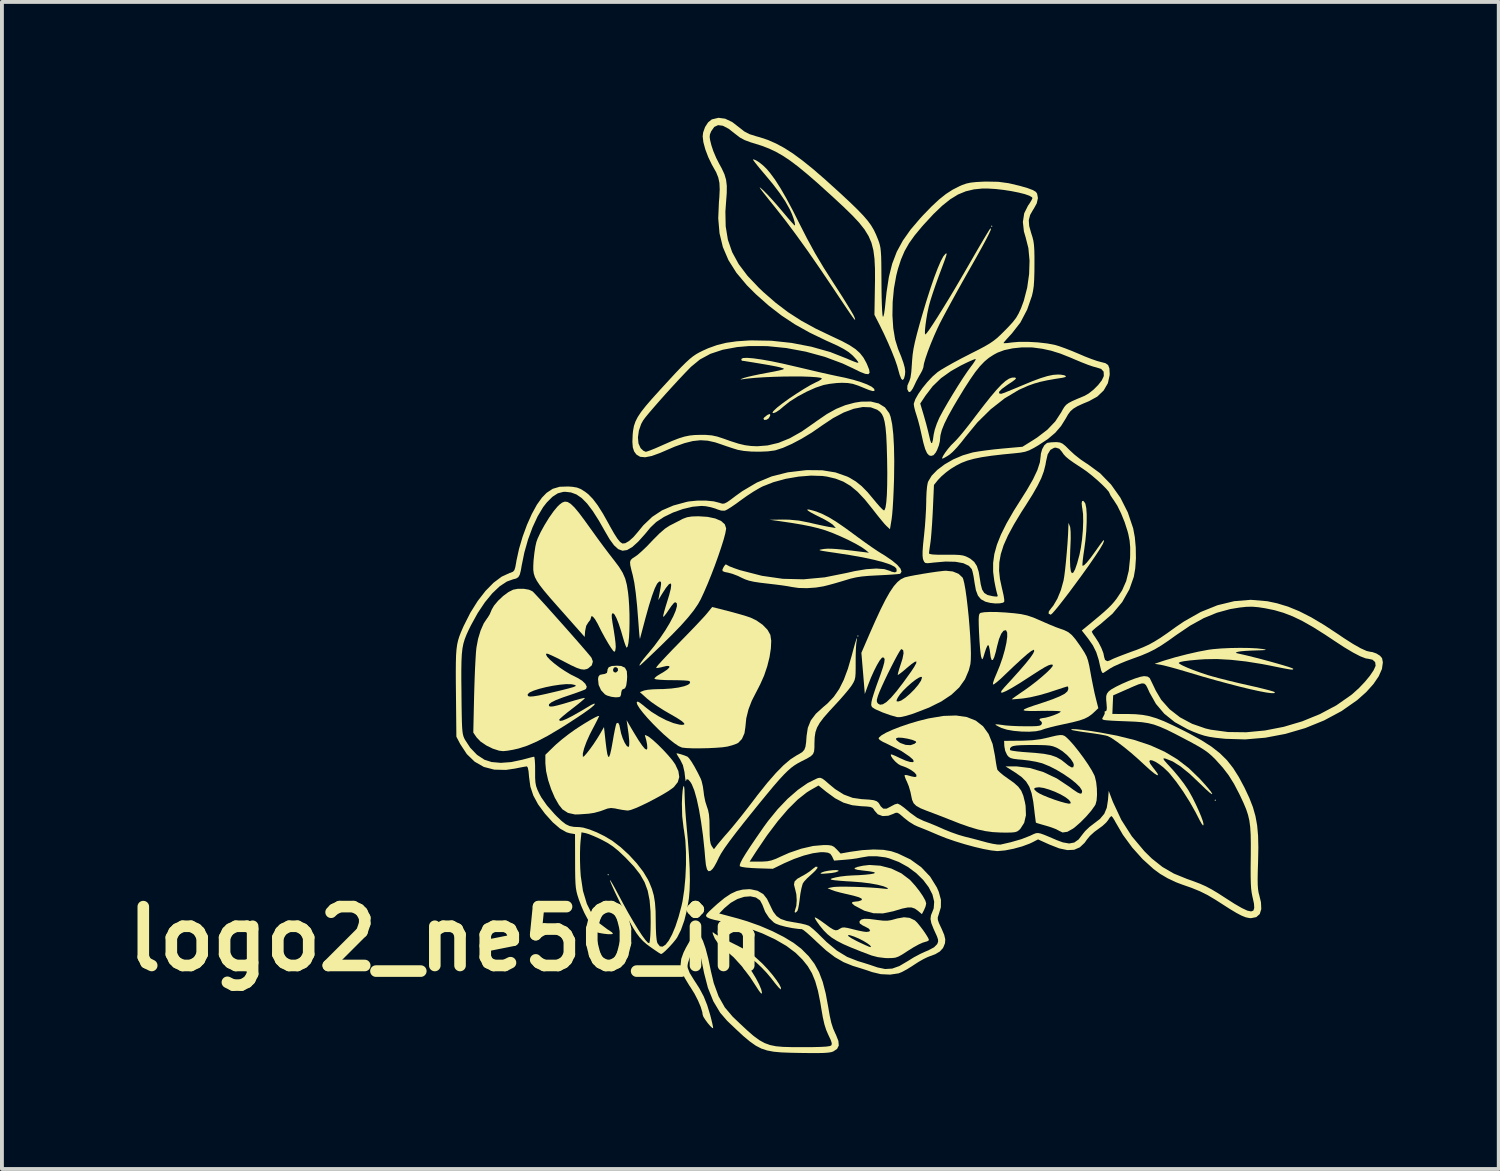
<source format=kicad_pcb>
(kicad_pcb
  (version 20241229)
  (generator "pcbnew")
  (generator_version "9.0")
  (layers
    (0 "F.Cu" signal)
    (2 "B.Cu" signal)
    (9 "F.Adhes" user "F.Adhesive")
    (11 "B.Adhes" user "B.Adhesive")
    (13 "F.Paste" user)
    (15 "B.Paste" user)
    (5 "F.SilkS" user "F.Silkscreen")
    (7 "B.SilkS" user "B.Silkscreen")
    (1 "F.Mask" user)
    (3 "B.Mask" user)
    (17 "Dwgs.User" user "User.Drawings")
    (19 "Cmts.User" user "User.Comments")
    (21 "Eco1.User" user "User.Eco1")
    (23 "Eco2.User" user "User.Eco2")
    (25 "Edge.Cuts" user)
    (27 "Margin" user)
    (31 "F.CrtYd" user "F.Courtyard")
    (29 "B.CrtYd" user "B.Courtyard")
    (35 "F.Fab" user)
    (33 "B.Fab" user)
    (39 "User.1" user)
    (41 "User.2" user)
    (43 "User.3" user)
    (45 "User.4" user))
  (footprint "logo2_ne50_in"
    (layer "F.Cu")
    (at 8.498 21.258)
    (property "Reference" "logo2_ne50_in" (at 0 0 0) (layer "F.SilkS") (effects (font (size 1.524 1.524) (thickness 0.3))))
    (attr board_only exclude_from_pos_files exclude_from_bom)
    (fp_poly (pts (xy 4.18 -1.661) (xy 4.198 -1.643) (xy 4.215 -1.661) (xy 4.198 -1.679)) (stroke (width 0) (type solid)) (fill yes) (layer "F.SilkS"))
    (fp_poly (pts (xy 10.646 -7.841) (xy 10.664 -7.824) (xy 10.682 -7.841) (xy 10.664 -7.859)) (stroke (width 0) (type solid)) (fill yes) (layer "F.SilkS"))
    (fp_poly (pts (xy 14.111 -18.452) (xy 14.129 -18.434) (xy 14.147 -18.452) (xy 14.129 -18.469)) (stroke (width 0) (type solid)) (fill yes) (layer "F.SilkS"))
    (fp_poly (pts (xy 19.898 -3.59) (xy 19.916 -3.572) (xy 19.934 -3.59) (xy 19.916 -3.608)) (stroke (width 0) (type solid)) (fill yes) (layer "F.SilkS"))
    (fp_poly (pts (xy 8.331 -13.57) (xy 8.306 -13.554) (xy 8.242 -13.503) (xy 8.217 -13.464) (xy 8.242 -13.435) (xy 8.299 -13.441) (xy 8.352 -13.475) (xy 8.39 -13.539) (xy 8.395 -13.565) (xy 8.381 -13.59)) (stroke (width 0) (type solid)) (fill yes) (layer "F.SilkS"))
    (fp_poly (pts (xy 10.003 -1.777) (xy 9.899 -1.764) (xy 9.803 -1.745) (xy 9.733 -1.722) (xy 9.728 -1.719) (xy 9.698 -1.698) (xy 9.705 -1.687) (xy 9.757 -1.686) (xy 9.864 -1.694) (xy 9.985 -1.705) (xy 10.085 -1.723) (xy 10.154 -1.75) (xy 10.164 -1.757) (xy 10.154 -1.775) (xy 10.095 -1.781)) (stroke (width 0) (type solid)) (fill yes) (layer "F.SilkS"))
    (fp_poly (pts (xy 9.495 -1.811) (xy 9.494 -1.81) (xy 9.41 -1.742) (xy 9.294 -1.667) (xy 9.22 -1.627) (xy 9.093 -1.554) (xy 9.025 -1.486) (xy 9.009 -1.406) (xy 9.035 -1.3) (xy 9.038 -1.291) (xy 9.07 -1.155) (xy 9.08 -1) (xy 9.07 -0.855) (xy 9.039 -0.752) (xy 9.025 -0.692) (xy 9.051 -0.679) (xy 9.096 -0.721) (xy 9.098 -0.723) (xy 9.117 -0.781) (xy 9.137 -0.885) (xy 9.151 -0.982) (xy 9.175 -1.169) (xy 9.202 -1.309) (xy 9.235 -1.429) (xy 9.271 -1.483) (xy 9.347 -1.566) (xy 9.447 -1.658) (xy 9.453 -1.663) (xy 9.558 -1.761) (xy 9.614 -1.831) (xy 9.617 -1.865) (xy 9.569 -1.867)) (stroke (width 0) (type solid)) (fill yes) (layer "F.SilkS"))
    (fp_poly (pts (xy 4.29 -7.064) (xy 4.212 -7.032) (xy 4.181 -6.973) (xy 4.18 -6.947) (xy 4.166 -6.887) (xy 4.111 -6.859) (xy 4.064 -6.852) (xy 3.982 -6.835) (xy 3.946 -6.788) (xy 3.936 -6.726) (xy 3.951 -6.576) (xy 4.014 -6.437) (xy 4.113 -6.331) (xy 4.167 -6.301) (xy 4.281 -6.267) (xy 4.395 -6.253) (xy 4.484 -6.26) (xy 4.513 -6.276) (xy 4.532 -6.327) (xy 4.537 -6.383) (xy 4.556 -6.449) (xy 4.588 -6.466) (xy 4.635 -6.488) (xy 4.666 -6.56) (xy 4.684 -6.69) (xy 4.69 -6.787) (xy 4.681 -6.931) (xy 4.675 -6.942) (xy 4.452 -6.942) (xy 4.406 -6.9) (xy 4.374 -6.895) (xy 4.332 -6.925) (xy 4.323 -6.966) (xy 4.348 -7.024) (xy 4.402 -7.036) (xy 4.448 -7.002) (xy 4.452 -6.942) (xy 4.675 -6.942) (xy 4.632 -7.021) (xy 4.535 -7.065) (xy 4.426 -7.073)) (stroke (width 0) (type solid)) (fill yes) (layer "F.SilkS"))
    (fp_poly (pts (xy 6.899 -0.162) (xy 6.917 -0.105) (xy 6.96 -0.006) (xy 7.055 0.135) (xy 7.219 0.282) (xy 7.241 0.299) (xy 7.446 0.476) (xy 7.659 0.71) (xy 7.871 0.99) (xy 8.017 1.213) (xy 8.1 1.341) (xy 8.153 1.408) (xy 8.178 1.416) (xy 8.181 1.4) (xy 8.161 1.308) (xy 8.106 1.177) (xy 8.025 1.022) (xy 7.926 0.859) (xy 7.826 0.716) (xy 7.812 0.697) (xy 7.788 0.697) (xy 7.77 0.714) (xy 7.752 0.697) (xy 7.77 0.679) (xy 7.788 0.697) (xy 7.812 0.697) (xy 7.739 0.591) (xy 7.7 0.509) (xy 7.708 0.46) (xy 7.759 0.436) (xy 7.822 0.454) (xy 7.918 0.517) (xy 8.038 0.616) (xy 8.169 0.74) (xy 8.301 0.879) (xy 8.423 1.024) (xy 8.446 1.055) (xy 8.536 1.17) (xy 8.61 1.257) (xy 8.659 1.303) (xy 8.671 1.308) (xy 8.67 1.262) (xy 8.627 1.176) (xy 8.551 1.061) (xy 8.45 0.929) (xy 8.332 0.79) (xy 8.206 0.656) (xy 8.154 0.606) (xy 8.008 0.473) (xy 7.877 0.369) (xy 7.737 0.278) (xy 7.567 0.186) (xy 7.44 0.123) (xy 7.277 0.042) (xy 7.133 -0.033) (xy 7.022 -0.093) (xy 6.961 -0.132) (xy 6.957 -0.135) (xy 6.912 -0.17)) (stroke (width 0) (type solid)) (fill yes) (layer "F.SilkS"))
    (fp_poly (pts (xy 15.719 -14.602) (xy 15.574 -14.572) (xy 15.397 -14.518) (xy 15.178 -14.437) (xy 14.908 -14.325) (xy 14.858 -14.304) (xy 14.69 -14.234) (xy 14.545 -14.175) (xy 14.436 -14.132) (xy 14.375 -14.112) (xy 14.369 -14.111) (xy 14.315 -14.126) (xy 14.324 -14.17) (xy 14.393 -14.24) (xy 14.522 -14.334) (xy 14.547 -14.351) (xy 14.67 -14.433) (xy 14.738 -14.486) (xy 14.758 -14.516) (xy 14.737 -14.531) (xy 14.727 -14.533) (xy 14.655 -14.531) (xy 14.577 -14.504) (xy 14.487 -14.445) (xy 14.381 -14.351) (xy 14.254 -14.216) (xy 14.102 -14.037) (xy 13.92 -13.808) (xy 13.703 -13.525) (xy 13.668 -13.478) (xy 13.534 -13.303) (xy 13.404 -13.14) (xy 13.288 -13.001) (xy 13.196 -12.899) (xy 13.15 -12.853) (xy 13.075 -12.779) (xy 12.997 -12.687) (xy 12.925 -12.591) (xy 12.871 -12.507) (xy 12.844 -12.45) (xy 12.851 -12.432) (xy 12.895 -12.451) (xy 12.975 -12.497) (xy 13.029 -12.532) (xy 13.117 -12.606) (xy 13.23 -12.725) (xy 13.355 -12.874) (xy 13.443 -12.988) (xy 13.76 -13.374) (xy 14.102 -13.711) (xy 14.461 -13.993) (xy 14.83 -14.214) (xy 15.071 -14.321) (xy 15.225 -14.376) (xy 15.385 -14.422) (xy 15.568 -14.462) (xy 15.792 -14.501) (xy 15.966 -14.528) (xy 16.039 -14.547) (xy 16.048 -14.571) (xy 16.004 -14.593) (xy 15.915 -14.608) (xy 15.841 -14.611)) (stroke (width 0) (type solid)) (fill yes) (layer "F.SilkS"))
    (fp_poly (pts (xy 7.947 -20.177) (xy 7.965 -20.147) (xy 8.021 -20.074) (xy 8.107 -19.967) (xy 8.216 -19.837) (xy 8.241 -19.808) (xy 8.464 -19.54) (xy 8.641 -19.307) (xy 8.782 -19.098) (xy 8.893 -18.901) (xy 8.904 -18.88) (xy 8.956 -18.766) (xy 8.999 -18.65) (xy 9.027 -18.55) (xy 9.037 -18.485) (xy 9.028 -18.469) (xy 9.001 -18.495) (xy 8.937 -18.566) (xy 8.845 -18.672) (xy 8.735 -18.802) (xy 8.707 -18.836) (xy 8.576 -18.99) (xy 8.442 -19.141) (xy 8.323 -19.271) (xy 8.232 -19.362) (xy 8.232 -19.363) (xy 8.167 -19.423) (xy 8.129 -19.454) (xy 8.121 -19.453) (xy 8.145 -19.414) (xy 8.205 -19.334) (xy 8.303 -19.21) (xy 8.442 -19.036) (xy 8.543 -18.911) (xy 8.796 -18.588) (xy 9.067 -18.225) (xy 9.361 -17.816) (xy 9.68 -17.355) (xy 10.029 -16.838) (xy 10.072 -16.773) (xy 10.235 -16.529) (xy 10.362 -16.339) (xy 10.457 -16.199) (xy 10.524 -16.103) (xy 10.566 -16.047) (xy 10.588 -16.026) (xy 10.593 -16.033) (xy 10.585 -16.065) (xy 10.572 -16.102) (xy 10.542 -16.163) (xy 10.478 -16.273) (xy 10.386 -16.424) (xy 10.273 -16.606) (xy 10.143 -16.809) (xy 10.037 -16.972) (xy 9.778 -17.377) (xy 9.552 -17.756) (xy 9.344 -18.138) (xy 9.168 -18.483) (xy 8.978 -18.86) (xy 8.809 -19.177) (xy 8.656 -19.441) (xy 8.517 -19.658) (xy 8.386 -19.835) (xy 8.303 -19.933) (xy 8.212 -20.022) (xy 8.114 -20.101) (xy 8.026 -20.157) (xy 7.964 -20.181)) (stroke (width 0) (type solid)) (fill yes) (layer "F.SilkS"))
    (fp_poly (pts (xy 16.469 -11.335) (xy 16.457 -11.277) (xy 16.468 -11.174) (xy 16.474 -11.146) (xy 16.493 -11.003) (xy 16.497 -10.809) (xy 16.489 -10.586) (xy 16.468 -10.352) (xy 16.437 -10.127) (xy 16.401 -9.946) (xy 16.34 -9.722) (xy 16.287 -9.567) (xy 16.241 -9.483) (xy 16.204 -9.468) (xy 16.177 -9.52) (xy 16.161 -9.641) (xy 16.155 -9.829) (xy 16.162 -10.082) (xy 16.165 -10.138) (xy 16.174 -10.361) (xy 16.172 -10.534) (xy 16.162 -10.648) (xy 16.153 -10.682) (xy 16.116 -10.771) (xy 16.113 -10.664) (xy 16.105 -10.467) (xy 16.091 -10.242) (xy 16.072 -10.004) (xy 16.051 -9.772) (xy 16.029 -9.56) (xy 16.007 -9.388) (xy 15.988 -9.276) (xy 15.92 -9.03) (xy 15.829 -8.809) (xy 15.725 -8.63) (xy 15.67 -8.562) (xy 15.607 -8.477) (xy 15.601 -8.419) (xy 15.653 -8.395) (xy 15.661 -8.395) (xy 15.694 -8.423) (xy 15.763 -8.5) (xy 15.861 -8.619) (xy 15.98 -8.771) (xy 16.116 -8.948) (xy 16.19 -9.047) (xy 16.44 -9.386) (xy 16.647 -9.674) (xy 16.81 -9.911) (xy 16.93 -10.094) (xy 17.006 -10.225) (xy 17.037 -10.302) (xy 17.027 -10.324) (xy 17.002 -10.297) (xy 16.947 -10.224) (xy 16.871 -10.119) (xy 16.834 -10.065) (xy 16.699 -9.878) (xy 16.594 -9.747) (xy 16.52 -9.673) (xy 16.48 -9.658) (xy 16.479 -9.66) (xy 16.477 -9.7) (xy 16.485 -9.797) (xy 16.502 -9.934) (xy 16.524 -10.082) (xy 16.555 -10.319) (xy 16.577 -10.557) (xy 16.587 -10.785) (xy 16.588 -10.986) (xy 16.577 -11.15) (xy 16.555 -11.26) (xy 16.545 -11.284) (xy 16.5 -11.34)) (stroke (width 0) (type solid)) (fill yes) (layer "F.SilkS"))
    (fp_poly (pts (xy 16.186 -5.42) (xy 16.189 -5.412) (xy 16.23 -5.401) (xy 16.327 -5.383) (xy 16.465 -5.361) (xy 16.625 -5.339) (xy 16.799 -5.314) (xy 16.955 -5.289) (xy 17.073 -5.266) (xy 17.133 -5.25) (xy 17.234 -5.197) (xy 17.374 -5.102) (xy 17.544 -4.973) (xy 17.732 -4.82) (xy 17.927 -4.649) (xy 18.085 -4.503) (xy 18.228 -4.373) (xy 18.337 -4.284) (xy 18.407 -4.239) (xy 18.436 -4.238) (xy 18.42 -4.282) (xy 18.355 -4.372) (xy 18.307 -4.432) (xy 18.233 -4.534) (xy 18.209 -4.598) (xy 18.228 -4.626) (xy 18.282 -4.621) (xy 18.363 -4.587) (xy 18.462 -4.525) (xy 18.573 -4.439) (xy 18.688 -4.331) (xy 18.737 -4.278) (xy 18.906 -4.068) (xy 19.086 -3.814) (xy 19.26 -3.538) (xy 19.414 -3.264) (xy 19.434 -3.224) (xy 19.512 -3.073) (xy 19.564 -2.981) (xy 19.595 -2.939) (xy 19.609 -2.942) (xy 19.612 -2.974) (xy 19.595 -3.048) (xy 19.551 -3.17) (xy 19.487 -3.322) (xy 19.41 -3.489) (xy 19.328 -3.655) (xy 19.246 -3.804) (xy 19.208 -3.868) (xy 19.105 -4.019) (xy 18.973 -4.191) (xy 18.835 -4.356) (xy 18.781 -4.415) (xy 18.669 -4.537) (xy 18.601 -4.615) (xy 18.574 -4.658) (xy 18.581 -4.673) (xy 18.619 -4.669) (xy 18.63 -4.666) (xy 18.809 -4.596) (xy 19.016 -4.466) (xy 19.254 -4.273) (xy 19.52 -4.021) (xy 19.668 -3.878) (xy 19.77 -3.787) (xy 19.827 -3.746) (xy 19.839 -3.754) (xy 19.806 -3.808) (xy 19.728 -3.906) (xy 19.606 -4.045) (xy 19.508 -4.152) (xy 19.231 -4.42) (xy 18.934 -4.649) (xy 18.608 -4.844) (xy 18.244 -5.008) (xy 17.835 -5.146) (xy 17.372 -5.261) (xy 16.951 -5.34) (xy 16.692 -5.382) (xy 16.48 -5.41) (xy 16.322 -5.427) (xy 16.222 -5.43)) (stroke (width 0) (type solid)) (fill yes) (layer "F.SilkS"))
    (fp_poly (pts (xy 10.796 -1.894) (xy 10.653 -1.863) (xy 10.581 -1.835) (xy 10.581 -1.809) (xy 10.652 -1.788) (xy 10.777 -1.771) (xy 10.958 -1.75) (xy 11.068 -1.73) (xy 11.108 -1.711) (xy 11.079 -1.692) (xy 10.985 -1.675) (xy 10.855 -1.661) (xy 10.691 -1.649) (xy 10.539 -1.643) (xy 10.376 -1.633) (xy 10.212 -1.614) (xy 10.092 -1.592) (xy 9.993 -1.566) (xy 9.957 -1.548) (xy 9.976 -1.533) (xy 10.003 -1.526) (xy 10.074 -1.516) (xy 10.198 -1.504) (xy 10.356 -1.492) (xy 10.502 -1.484) (xy 10.747 -1.465) (xy 10.976 -1.437) (xy 11.175 -1.401) (xy 11.331 -1.36) (xy 11.427 -1.319) (xy 11.446 -1.298) (xy 11.408 -1.293) (xy 11.325 -1.301) (xy 11.172 -1.316) (xy 10.984 -1.329) (xy 10.777 -1.34) (xy 10.566 -1.347) (xy 10.368 -1.351) (xy 10.197 -1.351) (xy 10.072 -1.346) (xy 10.019 -1.34) (xy 9.878 -1.312) (xy 9.985 -1.266) (xy 10.073 -1.235) (xy 10.204 -1.199) (xy 10.351 -1.164) (xy 10.36 -1.162) (xy 10.557 -1.116) (xy 10.687 -1.078) (xy 10.756 -1.045) (xy 10.769 -1.016) (xy 10.751 -0.998) (xy 10.677 -0.973) (xy 10.601 -0.965) (xy 10.522 -0.954) (xy 10.511 -0.921) (xy 10.568 -0.869) (xy 10.583 -0.859) (xy 10.83 -0.729) (xy 11.068 -0.663) (xy 11.314 -0.659) (xy 11.583 -0.715) (xy 11.628 -0.729) (xy 11.816 -0.785) (xy 11.953 -0.812) (xy 12.055 -0.812) (xy 12.139 -0.783) (xy 12.213 -0.731) (xy 12.321 -0.64) (xy 12.377 -0.747) (xy 12.416 -0.84) (xy 12.432 -0.918) (xy 12.432 -0.919) (xy 12.409 -0.994) (xy 12.348 -1.104) (xy 12.258 -1.236) (xy 12.151 -1.373) (xy 12.038 -1.499) (xy 12.007 -1.531) (xy 11.788 -1.697) (xy 11.528 -1.821) (xy 11.246 -1.894) (xy 10.961 -1.913)) (stroke (width 0) (type solid)) (fill yes) (layer "F.SilkS"))
    (fp_poly (pts (xy 3.008 -11.296) (xy 2.936 -11.241) (xy 2.885 -11.191) (xy 2.783 -11.068) (xy 2.667 -10.903) (xy 2.552 -10.716) (xy 2.449 -10.529) (xy 2.371 -10.362) (xy 2.34 -10.277) (xy 2.313 -10.157) (xy 2.288 -9.995) (xy 2.269 -9.822) (xy 2.265 -9.774) (xy 2.259 -9.654) (xy 2.259 -9.552) (xy 2.272 -9.459) (xy 2.301 -9.367) (xy 2.352 -9.269) (xy 2.428 -9.155) (xy 2.535 -9.018) (xy 2.677 -8.849) (xy 2.86 -8.641) (xy 3.001 -8.482) (xy 3.59 -7.817) (xy 3.602 -7.972) (xy 3.629 -8.104) (xy 3.682 -8.191) (xy 3.735 -8.259) (xy 3.751 -8.31) (xy 3.765 -8.356) (xy 3.802 -8.343) (xy 3.857 -8.277) (xy 3.923 -8.164) (xy 3.943 -8.124) (xy 4.027 -7.957) (xy 4.116 -7.794) (xy 4.201 -7.648) (xy 4.275 -7.531) (xy 4.331 -7.454) (xy 4.36 -7.431) (xy 4.382 -7.462) (xy 4.393 -7.54) (xy 4.394 -7.565) (xy 4.388 -7.663) (xy 4.371 -7.805) (xy 4.347 -7.964) (xy 4.341 -8.002) (xy 4.31 -8.185) (xy 4.293 -8.309) (xy 4.29 -8.384) (xy 4.301 -8.421) (xy 4.324 -8.431) (xy 4.363 -8.398) (xy 4.413 -8.304) (xy 4.471 -8.159) (xy 4.532 -7.973) (xy 4.574 -7.827) (xy 4.613 -7.695) (xy 4.648 -7.595) (xy 4.673 -7.542) (xy 4.679 -7.538) (xy 4.703 -7.572) (xy 4.723 -7.665) (xy 4.738 -7.806) (xy 4.747 -7.984) (xy 4.751 -8.186) (xy 4.75 -8.401) (xy 4.742 -8.618) (xy 4.728 -8.824) (xy 4.713 -8.968) (xy 4.682 -9.166) (xy 4.639 -9.329) (xy 4.574 -9.478) (xy 4.478 -9.633) (xy 4.341 -9.815) (xy 4.318 -9.844) (xy 4.212 -9.981) (xy 4.08 -10.156) (xy 3.937 -10.35) (xy 3.798 -10.543) (xy 3.761 -10.594) (xy 3.584 -10.84) (xy 3.441 -11.031) (xy 3.325 -11.17) (xy 3.229 -11.262) (xy 3.149 -11.311) (xy 3.077 -11.321)) (stroke (width 0) (type solid)) (fill yes) (layer "F.SilkS"))
    (fp_poly (pts (xy 20.312 -7.53) (xy 20.073 -7.519) (xy 19.861 -7.501) (xy 19.738 -7.485) (xy 19.47 -7.434) (xy 19.173 -7.366) (xy 18.875 -7.289) (xy 18.609 -7.21) (xy 18.542 -7.188) (xy 18.346 -7.121) (xy 18.504 -7.096) (xy 18.592 -7.077) (xy 18.732 -7.041) (xy 18.91 -6.992) (xy 19.109 -6.934) (xy 19.237 -6.896) (xy 19.593 -6.79) (xy 19.935 -6.693) (xy 20.257 -6.606) (xy 20.553 -6.529) (xy 20.817 -6.465) (xy 21.043 -6.415) (xy 21.227 -6.38) (xy 21.361 -6.362) (xy 21.441 -6.361) (xy 21.46 -6.379) (xy 21.451 -6.391) (xy 21.407 -6.408) (xy 21.304 -6.438) (xy 21.154 -6.476) (xy 20.969 -6.521) (xy 20.758 -6.569) (xy 20.738 -6.573) (xy 20.498 -6.628) (xy 20.256 -6.687) (xy 20.029 -6.744) (xy 19.838 -6.796) (xy 19.72 -6.83) (xy 19.524 -6.896) (xy 19.341 -6.962) (xy 19.182 -7.026) (xy 19.06 -7.082) (xy 18.986 -7.125) (xy 18.97 -7.145) (xy 19.005 -7.167) (xy 19.107 -7.189) (xy 19.272 -7.21) (xy 19.496 -7.23) (xy 19.649 -7.24) (xy 19.959 -7.245) (xy 20.319 -7.225) (xy 20.711 -7.182) (xy 21.118 -7.117) (xy 21.292 -7.084) (xy 21.518 -7.038) (xy 21.684 -7.005) (xy 21.799 -6.984) (xy 21.872 -6.973) (xy 21.913 -6.971) (xy 21.931 -6.977) (xy 21.935 -6.99) (xy 21.935 -6.993) (xy 21.902 -7.01) (xy 21.812 -7.042) (xy 21.675 -7.084) (xy 21.505 -7.133) (xy 21.312 -7.187) (xy 21.108 -7.242) (xy 20.905 -7.294) (xy 20.715 -7.341) (xy 20.549 -7.379) (xy 20.541 -7.38) (xy 20.463 -7.399) (xy 20.448 -7.412) (xy 20.492 -7.429) (xy 20.506 -7.433) (xy 20.579 -7.445) (xy 20.704 -7.456) (xy 20.858 -7.464) (xy 20.952 -7.467) (xy 21.107 -7.472) (xy 21.197 -7.477) (xy 21.227 -7.483) (xy 21.203 -7.493) (xy 21.149 -7.504) (xy 20.997 -7.521) (xy 20.794 -7.531) (xy 20.559 -7.534)) (stroke (width 0) (type solid)) (fill yes) (layer "F.SilkS"))
    (fp_poly (pts (xy 14.088 -18.385) (xy 14.083 -18.38) (xy 14.057 -18.341) (xy 14 -18.248) (xy 13.917 -18.109) (xy 13.812 -17.931) (xy 13.691 -17.723) (xy 13.558 -17.492) (xy 13.504 -17.398) (xy 13.337 -17.11) (xy 13.172 -16.829) (xy 13.013 -16.564) (xy 12.863 -16.32) (xy 12.728 -16.103) (xy 12.611 -15.921) (xy 12.517 -15.78) (xy 12.448 -15.687) (xy 12.411 -15.648) (xy 12.408 -15.647) (xy 12.399 -15.68) (xy 12.401 -15.767) (xy 12.414 -15.893) (xy 12.435 -16.043) (xy 12.462 -16.201) (xy 12.494 -16.351) (xy 12.505 -16.397) (xy 12.542 -16.529) (xy 12.599 -16.707) (xy 12.668 -16.91) (xy 12.743 -17.12) (xy 12.77 -17.193) (xy 12.848 -17.401) (xy 12.904 -17.552) (xy 12.939 -17.653) (xy 12.958 -17.714) (xy 12.961 -17.742) (xy 12.952 -17.747) (xy 12.933 -17.738) (xy 12.932 -17.737) (xy 12.878 -17.674) (xy 12.81 -17.548) (xy 12.73 -17.362) (xy 12.639 -17.123) (xy 12.54 -16.835) (xy 12.434 -16.504) (xy 12.324 -16.135) (xy 12.261 -15.915) (xy 12.191 -15.658) (xy 12.14 -15.452) (xy 12.104 -15.28) (xy 12.081 -15.125) (xy 12.067 -14.97) (xy 12.062 -14.89) (xy 12.047 -14.678) (xy 12.025 -14.529) (xy 11.994 -14.435) (xy 11.985 -14.419) (xy 11.945 -14.323) (xy 11.942 -14.231) (xy 11.975 -14.167) (xy 11.995 -14.155) (xy 12.036 -14.177) (xy 12.087 -14.253) (xy 12.117 -14.313) (xy 12.18 -14.446) (xy 12.251 -14.576) (xy 12.277 -14.619) (xy 12.329 -14.715) (xy 12.358 -14.793) (xy 12.361 -14.811) (xy 12.375 -14.897) (xy 12.415 -15.034) (xy 12.475 -15.208) (xy 12.55 -15.404) (xy 12.635 -15.608) (xy 12.724 -15.807) (xy 12.784 -15.933) (xy 12.857 -16.073) (xy 12.958 -16.262) (xy 13.081 -16.488) (xy 13.219 -16.739) (xy 13.365 -17.001) (xy 13.513 -17.263) (xy 13.529 -17.291) (xy 13.716 -17.62) (xy 13.866 -17.89) (xy 13.98 -18.101) (xy 14.058 -18.255) (xy 14.102 -18.353) (xy 14.112 -18.396)) (stroke (width 0) (type solid)) (fill yes) (layer "F.SilkS"))
    (fp_poly (pts (xy 7.689 -15.038) (xy 7.646 -15.014) (xy 7.645 -15.009) (xy 7.657 -14.97) (xy 7.663 -14.968) (xy 7.71 -14.963) (xy 7.81 -14.947) (xy 7.947 -14.925) (xy 8.104 -14.899) (xy 8.265 -14.872) (xy 8.411 -14.846) (xy 8.527 -14.824) (xy 8.547 -14.82) (xy 8.657 -14.795) (xy 8.731 -14.771) (xy 8.752 -14.756) (xy 8.719 -14.741) (xy 8.629 -14.717) (xy 8.495 -14.689) (xy 8.331 -14.658) (xy 8.315 -14.655) (xy 8.129 -14.62) (xy 7.952 -14.583) (xy 7.806 -14.549) (xy 7.716 -14.524) (xy 7.642 -14.496) (xy 7.623 -14.483) (xy 7.645 -14.485) (xy 7.809 -14.507) (xy 8.012 -14.526) (xy 8.244 -14.541) (xy 8.493 -14.552) (xy 8.747 -14.559) (xy 8.995 -14.561) (xy 9.225 -14.56) (xy 9.426 -14.553) (xy 9.586 -14.542) (xy 9.694 -14.527) (xy 9.73 -14.514) (xy 9.719 -14.49) (xy 9.657 -14.449) (xy 9.573 -14.408) (xy 9.44 -14.34) (xy 9.27 -14.24) (xy 9.08 -14.12) (xy 8.889 -13.993) (xy 8.717 -13.869) (xy 8.58 -13.762) (xy 8.556 -13.741) (xy 8.478 -13.667) (xy 8.451 -13.628) (xy 8.47 -13.614) (xy 8.485 -13.614) (xy 8.545 -13.637) (xy 8.637 -13.698) (xy 8.739 -13.784) (xy 8.74 -13.786) (xy 8.901 -13.913) (xy 9.107 -14.044) (xy 9.337 -14.167) (xy 9.567 -14.27) (xy 9.773 -14.339) (xy 9.776 -14.34) (xy 9.933 -14.37) (xy 10.116 -14.391) (xy 10.253 -14.397) (xy 10.404 -14.391) (xy 10.532 -14.37) (xy 10.669 -14.325) (xy 10.792 -14.275) (xy 10.95 -14.211) (xy 11.049 -14.182) (xy 11.094 -14.189) (xy 11.089 -14.229) (xy 11.08 -14.245) (xy 11.019 -14.296) (xy 10.901 -14.355) (xy 10.739 -14.416) (xy 10.548 -14.474) (xy 10.34 -14.526) (xy 10.263 -14.542) (xy 10.112 -14.573) (xy 9.909 -14.617) (xy 9.669 -14.671) (xy 9.409 -14.732) (xy 9.147 -14.794) (xy 9.056 -14.815) (xy 8.725 -14.892) (xy 8.428 -14.954) (xy 8.17 -15) (xy 7.957 -15.03) (xy 7.795 -15.043)) (stroke (width 0) (type solid)) (fill yes) (layer "F.SilkS"))
    (fp_poly (pts (xy 11.682 -0.528) (xy 11.64 -0.516) (xy 11.521 -0.484) (xy 11.421 -0.47) (xy 11.311 -0.472) (xy 11.163 -0.489) (xy 11.129 -0.494) (xy 10.952 -0.516) (xy 10.832 -0.519) (xy 10.757 -0.503) (xy 10.714 -0.466) (xy 10.703 -0.442) (xy 10.715 -0.397) (xy 10.79 -0.346) (xy 10.845 -0.32) (xy 10.943 -0.267) (xy 10.981 -0.221) (xy 10.957 -0.189) (xy 10.882 -0.179) (xy 10.809 -0.188) (xy 10.691 -0.211) (xy 10.553 -0.244) (xy 10.539 -0.248) (xy 10.4 -0.282) (xy 10.311 -0.296) (xy 10.253 -0.291) (xy 10.207 -0.268) (xy 10.203 -0.266) (xy 10.144 -0.231) (xy 10.089 -0.221) (xy 10.024 -0.243) (xy 9.932 -0.3) (xy 9.804 -0.395) (xy 9.693 -0.475) (xy 9.605 -0.532) (xy 9.553 -0.556) (xy 9.546 -0.556) (xy 9.557 -0.52) (xy 9.603 -0.445) (xy 9.675 -0.344) (xy 9.686 -0.331) (xy 9.779 -0.218) (xy 9.876 -0.12) (xy 9.986 -0.032) (xy 10.119 0.051) (xy 10.284 0.136) (xy 10.491 0.226) (xy 10.748 0.329) (xy 11.021 0.432) (xy 11.183 0.474) (xy 11.372 0.497) (xy 11.436 0.499) (xy 11.548 0.497) (xy 11.634 0.487) (xy 11.714 0.459) (xy 11.808 0.407) (xy 11.938 0.323) (xy 11.966 0.305) (xy 12.107 0.217) (xy 12.135 0.202) (xy 11.004 0.202) (xy 10.986 0.214) (xy 10.944 0.2) (xy 10.854 0.161) (xy 10.731 0.104) (xy 10.651 0.066) (xy 10.503 -0.012) (xy 10.421 -0.067) (xy 10.405 -0.097) (xy 10.452 -0.096) (xy 10.561 -0.061) (xy 10.687 -0.008) (xy 10.803 0.051) (xy 10.902 0.111) (xy 10.973 0.164) (xy 11.004 0.202) (xy 12.135 0.202) (xy 12.24 0.144) (xy 12.345 0.097) (xy 12.382 0.086) (xy 12.463 0.062) (xy 12.503 0.034) (xy 12.504 0.03) (xy 12.483 -0.024) (xy 12.428 -0.114) (xy 12.354 -0.223) (xy 12.272 -0.331) (xy 12.197 -0.422) (xy 12.14 -0.477) (xy 12.136 -0.48) (xy 12.001 -0.544) (xy 11.857 -0.559)) (stroke (width 0) (type solid)) (fill yes) (layer "F.SilkS"))
    (fp_poly (pts (xy 6.365 -10.936) (xy 6.241 -10.916) (xy 6.135 -10.877) (xy 6.102 -10.86) (xy 5.971 -10.792) (xy 5.827 -10.718) (xy 5.782 -10.695) (xy 5.67 -10.621) (xy 5.53 -10.501) (xy 5.375 -10.346) (xy 5.329 -10.298) (xy 5.201 -10.163) (xy 5.073 -10.041) (xy 4.963 -9.944) (xy 4.896 -9.896) (xy 4.826 -9.851) (xy 4.783 -9.809) (xy 4.765 -9.755) (xy 4.771 -9.674) (xy 4.799 -9.551) (xy 4.835 -9.413) (xy 4.875 -9.221) (xy 4.912 -8.958) (xy 4.947 -8.623) (xy 4.979 -8.218) (xy 4.987 -8.109) (xy 4.998 -7.96) (xy 5.008 -7.846) (xy 5.017 -7.78) (xy 5.022 -7.77) (xy 5.034 -7.816) (xy 5.061 -7.917) (xy 5.099 -8.061) (xy 5.145 -8.234) (xy 5.164 -8.306) (xy 5.253 -8.624) (xy 5.333 -8.879) (xy 5.403 -9.07) (xy 5.464 -9.194) (xy 5.515 -9.249) (xy 5.528 -9.253) (xy 5.553 -9.25) (xy 5.566 -9.232) (xy 5.568 -9.187) (xy 5.556 -9.102) (xy 5.531 -8.964) (xy 5.519 -8.895) (xy 5.495 -8.77) (xy 5.593 -8.931) (xy 5.694 -9.087) (xy 5.768 -9.178) (xy 5.814 -9.204) (xy 5.831 -9.166) (xy 5.819 -9.064) (xy 5.777 -8.899) (xy 5.733 -8.755) (xy 5.684 -8.597) (xy 5.646 -8.465) (xy 5.624 -8.373) (xy 5.621 -8.336) (xy 5.647 -8.354) (xy 5.699 -8.419) (xy 5.766 -8.517) (xy 5.836 -8.619) (xy 5.896 -8.691) (xy 5.931 -8.717) (xy 5.975 -8.69) (xy 5.979 -8.615) (xy 5.947 -8.499) (xy 5.884 -8.351) (xy 5.792 -8.177) (xy 5.677 -7.986) (xy 5.542 -7.786) (xy 5.392 -7.583) (xy 5.231 -7.387) (xy 5.207 -7.359) (xy 5.114 -7.247) (xy 5.045 -7.154) (xy 5.01 -7.093) (xy 5.013 -7.073) (xy 5.042 -7.097) (xy 5.114 -7.163) (xy 5.222 -7.264) (xy 5.358 -7.393) (xy 5.514 -7.543) (xy 5.562 -7.589) (xy 5.845 -7.868) (xy 6.078 -8.108) (xy 6.265 -8.318) (xy 6.412 -8.502) (xy 6.525 -8.667) (xy 6.592 -8.787) (xy 6.678 -8.971) (xy 6.771 -9.186) (xy 6.867 -9.423) (xy 6.961 -9.668) (xy 7.048 -9.91) (xy 7.125 -10.138) (xy 7.188 -10.338) (xy 7.231 -10.5) (xy 7.251 -10.611) (xy 7.252 -10.63) (xy 7.218 -10.733) (xy 7.122 -10.819) (xy 6.971 -10.884) (xy 6.773 -10.926) (xy 6.536 -10.941) (xy 6.534 -10.941)) (stroke (width 0) (type solid)) (fill yes) (layer "F.SilkS"))
    (fp_poly (pts (xy 3.938 -5.77) (xy 3.861 -5.735) (xy 3.745 -5.672) (xy 3.601 -5.586) (xy 3.438 -5.483) (xy 3.34 -5.418) (xy 3.175 -5.3) (xy 3.003 -5.166) (xy 2.852 -5.037) (xy 2.796 -4.984) (xy 2.572 -4.766) (xy 2.572 -4.548) (xy 2.591 -4.343) (xy 2.643 -4.112) (xy 2.721 -3.877) (xy 2.816 -3.655) (xy 2.923 -3.469) (xy 3.015 -3.353) (xy 3.157 -3.261) (xy 3.338 -3.221) (xy 3.425 -3.222) (xy 3.517 -3.228) (xy 3.642 -3.237) (xy 3.697 -3.241) (xy 3.839 -3.263) (xy 3.996 -3.306) (xy 4.063 -3.33) (xy 4.182 -3.374) (xy 4.273 -3.388) (xy 4.374 -3.377) (xy 4.432 -3.364) (xy 4.559 -3.34) (xy 4.673 -3.325) (xy 4.714 -3.322) (xy 4.791 -3.34) (xy 4.916 -3.387) (xy 5.073 -3.457) (xy 5.249 -3.543) (xy 5.43 -3.638) (xy 5.602 -3.733) (xy 5.75 -3.822) (xy 5.861 -3.899) (xy 5.901 -3.932) (xy 6.001 -4.058) (xy 6.039 -4.191) (xy 6.016 -4.343) (xy 5.934 -4.519) (xy 5.861 -4.623) (xy 5.752 -4.753) (xy 5.622 -4.894) (xy 5.486 -5.03) (xy 5.358 -5.147) (xy 5.253 -5.23) (xy 5.219 -5.25) (xy 5.16 -5.277) (xy 5.148 -5.263) (xy 5.16 -5.229) (xy 5.183 -5.149) (xy 5.204 -5.042) (xy 5.206 -5.028) (xy 5.212 -4.935) (xy 5.194 -4.898) (xy 5.15 -4.92) (xy 5.081 -5.002) (xy 4.983 -5.145) (xy 4.857 -5.351) (xy 4.789 -5.466) (xy 4.675 -5.662) (xy 4.697 -5.519) (xy 4.728 -5.293) (xy 4.744 -5.122) (xy 4.743 -5.012) (xy 4.726 -4.967) (xy 4.721 -4.966) (xy 4.677 -4.997) (xy 4.625 -5.079) (xy 4.574 -5.193) (xy 4.533 -5.319) (xy 4.513 -5.413) (xy 4.488 -5.536) (xy 4.457 -5.594) (xy 4.42 -5.584) (xy 4.41 -5.571) (xy 4.395 -5.521) (xy 4.372 -5.417) (xy 4.344 -5.275) (xy 4.32 -5.136) (xy 4.282 -4.925) (xy 4.25 -4.784) (xy 4.223 -4.714) (xy 4.199 -4.715) (xy 4.176 -4.786) (xy 4.153 -4.927) (xy 4.13 -5.116) (xy 4.09 -5.484) (xy 3.987 -5.305) (xy 3.904 -5.17) (xy 3.814 -5.034) (xy 3.724 -4.909) (xy 3.644 -4.806) (xy 3.582 -4.736) (xy 3.547 -4.712) (xy 3.543 -4.716) (xy 3.542 -4.799) (xy 3.575 -4.931) (xy 3.636 -5.099) (xy 3.722 -5.291) (xy 3.789 -5.422) (xy 3.862 -5.56) (xy 3.92 -5.674) (xy 3.956 -5.749) (xy 3.965 -5.771)) (stroke (width 0) (type solid)) (fill yes) (layer "F.SilkS"))
    (fp_poly (pts (xy 12.879 -5.772) (xy 12.503 -5.709) (xy 12.468 -5.701) (xy 12.221 -5.639) (xy 11.98 -5.567) (xy 11.755 -5.49) (xy 11.555 -5.412) (xy 11.391 -5.337) (xy 11.272 -5.268) (xy 11.208 -5.21) (xy 11.2 -5.186) (xy 11.23 -5.15) (xy 11.31 -5.101) (xy 11.4 -5.059) (xy 11.779 -4.87) (xy 11.994 -4.726) (xy 12.083 -4.649) (xy 12.112 -4.599) (xy 12.087 -4.575) (xy 12.015 -4.58) (xy 11.902 -4.614) (xy 11.755 -4.679) (xy 11.749 -4.682) (xy 11.638 -4.735) (xy 11.555 -4.769) (xy 11.517 -4.777) (xy 11.517 -4.777) (xy 11.52 -4.736) (xy 11.563 -4.668) (xy 11.63 -4.593) (xy 11.705 -4.527) (xy 11.771 -4.49) (xy 11.772 -4.49) (xy 11.914 -4.438) (xy 12.037 -4.374) (xy 12.13 -4.306) (xy 12.18 -4.244) (xy 12.175 -4.196) (xy 12.174 -4.196) (xy 12.129 -4.191) (xy 12.045 -4.208) (xy 12.021 -4.215) (xy 11.934 -4.239) (xy 11.879 -4.243) (xy 11.873 -4.24) (xy 11.878 -4.201) (xy 11.908 -4.121) (xy 11.932 -4.073) (xy 11.983 -3.947) (xy 12.026 -3.796) (xy 12.041 -3.721) (xy 12.067 -3.6) (xy 12.107 -3.511) (xy 12.176 -3.442) (xy 12.285 -3.381) (xy 12.449 -3.315) (xy 12.477 -3.305) (xy 12.648 -3.24) (xy 12.842 -3.166) (xy 13.004 -3.102) (xy 13.302 -2.985) (xy 13.552 -2.897) (xy 13.767 -2.833) (xy 13.963 -2.79) (xy 14.154 -2.764) (xy 14.356 -2.753) (xy 14.488 -2.751) (xy 14.635 -2.753) (xy 14.729 -2.762) (xy 14.792 -2.783) (xy 14.843 -2.822) (xy 14.87 -2.849) (xy 14.969 -3.004) (xy 15.015 -3.202) (xy 15.006 -3.441) (xy 14.989 -3.535) (xy 14.947 -3.705) (xy 14.894 -3.834) (xy 14.816 -3.94) (xy 14.7 -4.043) (xy 14.556 -4.145) (xy 14.436 -4.231) (xy 14.34 -4.31) (xy 14.282 -4.369) (xy 14.274 -4.382) (xy 14.259 -4.447) (xy 14.239 -4.56) (xy 14.218 -4.701) (xy 14.214 -4.733) (xy 14.152 -5.045) (xy 14.134 -5.089) (xy 12.174 -5.089) (xy 12.131 -5.052) (xy 12.128 -5.05) (xy 12.029 -5.015) (xy 11.9 -5.022) (xy 11.768 -5.069) (xy 11.732 -5.09) (xy 11.658 -5.151) (xy 11.651 -5.192) (xy 11.71 -5.211) (xy 11.816 -5.205) (xy 11.944 -5.184) (xy 12.062 -5.155) (xy 12.093 -5.144) (xy 12.163 -5.114) (xy 12.174 -5.089) (xy 14.134 -5.089) (xy 14.049 -5.302) (xy 13.905 -5.503) (xy 13.717 -5.65) (xy 13.484 -5.743) (xy 13.205 -5.783)) (stroke (width 0) (type solid)) (fill yes) (layer "F.SilkS"))
    (fp_poly (pts (xy 6.761 -8.431) (xy 6.699 -8.359) (xy 6.595 -8.247) (xy 6.459 -8.102) (xy 6.299 -7.936) (xy 6.125 -7.757) (xy 6.025 -7.654) (xy 5.857 -7.482) (xy 5.709 -7.327) (xy 5.587 -7.196) (xy 5.497 -7.096) (xy 5.447 -7.034) (xy 5.439 -7.017) (xy 5.482 -7.014) (xy 5.567 -7.03) (xy 5.605 -7.041) (xy 5.723 -7.067) (xy 5.781 -7.061) (xy 5.782 -7.028) (xy 5.727 -6.972) (xy 5.616 -6.898) (xy 5.547 -6.859) (xy 5.457 -6.803) (xy 5.403 -6.755) (xy 5.396 -6.734) (xy 5.437 -6.719) (xy 5.539 -6.708) (xy 5.689 -6.7) (xy 5.847 -6.698) (xy 6.016 -6.696) (xy 6.16 -6.691) (xy 6.261 -6.683) (xy 6.307 -6.673) (xy 6.307 -6.672) (xy 6.32 -6.626) (xy 6.27 -6.581) (xy 6.167 -6.541) (xy 6.02 -6.507) (xy 5.837 -6.482) (xy 5.628 -6.468) (xy 5.51 -6.466) (xy 5.359 -6.461) (xy 5.224 -6.449) (xy 5.13 -6.431) (xy 5.12 -6.427) (xy 5.019 -6.388) (xy 5.208 -6.218) (xy 5.319 -6.129) (xy 5.471 -6.024) (xy 5.643 -5.915) (xy 5.777 -5.837) (xy 5.971 -5.725) (xy 6.1 -5.641) (xy 6.166 -5.582) (xy 6.168 -5.549) (xy 6.108 -5.54) (xy 6.041 -5.547) (xy 5.884 -5.587) (xy 5.695 -5.663) (xy 5.498 -5.766) (xy 5.312 -5.883) (xy 5.186 -5.98) (xy 5.087 -6.061) (xy 5.008 -6.12) (xy 4.964 -6.145) (xy 4.963 -6.145) (xy 4.935 -6.122) (xy 4.954 -6.061) (xy 5.012 -5.968) (xy 5.102 -5.851) (xy 5.217 -5.717) (xy 5.35 -5.575) (xy 5.493 -5.431) (xy 5.639 -5.293) (xy 5.781 -5.169) (xy 5.911 -5.066) (xy 6.022 -4.991) (xy 6.107 -4.954) (xy 6.113 -4.952) (xy 6.224 -4.94) (xy 6.387 -4.933) (xy 6.581 -4.933) (xy 6.787 -4.937) (xy 6.986 -4.947) (xy 7.157 -4.96) (xy 7.281 -4.978) (xy 7.288 -4.979) (xy 7.413 -5.013) (xy 7.521 -5.052) (xy 7.565 -5.074) (xy 7.661 -5.175) (xy 7.727 -5.323) (xy 7.753 -5.498) (xy 7.753 -5.507) (xy 7.774 -5.712) (xy 7.831 -5.941) (xy 7.915 -6.161) (xy 7.941 -6.213) (xy 8.004 -6.336) (xy 8.081 -6.485) (xy 8.137 -6.595) (xy 8.235 -6.815) (xy 8.316 -7.054) (xy 8.376 -7.294) (xy 8.411 -7.521) (xy 8.42 -7.718) (xy 8.398 -7.868) (xy 8.397 -7.872) (xy 8.323 -8.003) (xy 8.196 -8.133) (xy 8.034 -8.246) (xy 7.88 -8.319) (xy 7.77 -8.356) (xy 7.613 -8.403) (xy 7.433 -8.453) (xy 7.295 -8.489) (xy 6.891 -8.592)) (stroke (width 0) (type solid)) (fill yes) (layer "F.SilkS"))
    (fp_poly (pts (xy 9.365 -11.091) (xy 9.439 -11.043) (xy 9.571 -10.973) (xy 9.662 -10.928) (xy 9.802 -10.857) (xy 9.924 -10.786) (xy 10.007 -10.729) (xy 10.025 -10.712) (xy 10.092 -10.637) (xy 9.931 -10.663) (xy 9.826 -10.683) (xy 9.675 -10.715) (xy 9.505 -10.753) (xy 9.413 -10.775) (xy 9.14 -10.829) (xy 8.886 -10.853) (xy 8.717 -10.856) (xy 8.377 -10.851) (xy 8.61 -10.819) (xy 8.943 -10.77) (xy 9.218 -10.724) (xy 9.447 -10.678) (xy 9.644 -10.63) (xy 9.822 -10.577) (xy 9.839 -10.571) (xy 10.024 -10.502) (xy 10.228 -10.415) (xy 10.433 -10.319) (xy 10.62 -10.222) (xy 10.772 -10.133) (xy 10.86 -10.071) (xy 10.95 -9.997) (xy 10.789 -10.017) (xy 10.506 -10.052) (xy 10.284 -10.077) (xy 10.112 -10.093) (xy 9.98 -10.101) (xy 9.878 -10.102) (xy 9.797 -10.096) (xy 9.765 -10.091) (xy 9.699 -10.08) (xy 9.669 -10.069) (xy 9.681 -10.059) (xy 9.744 -10.045) (xy 9.863 -10.026) (xy 10.046 -9.999) (xy 10.056 -9.998) (xy 10.447 -9.938) (xy 10.791 -9.877) (xy 11.084 -9.814) (xy 11.322 -9.752) (xy 11.501 -9.692) (xy 11.616 -9.633) (xy 11.662 -9.585) (xy 11.668 -9.515) (xy 11.624 -9.488) (xy 11.538 -9.506) (xy 11.498 -9.525) (xy 11.348 -9.573) (xy 11.14 -9.588) (xy 10.883 -9.571) (xy 10.584 -9.522) (xy 10.372 -9.474) (xy 9.803 -9.36) (xy 9.256 -9.309) (xy 8.718 -9.322) (xy 8.178 -9.4) (xy 7.623 -9.543) (xy 7.584 -9.555) (xy 7.448 -9.602) (xy 7.339 -9.645) (xy 7.275 -9.679) (xy 7.266 -9.687) (xy 7.234 -9.692) (xy 7.195 -9.641) (xy 7.157 -9.564) (xy 7.161 -9.522) (xy 7.218 -9.498) (xy 7.296 -9.483) (xy 7.413 -9.452) (xy 7.554 -9.398) (xy 7.644 -9.354) (xy 7.741 -9.309) (xy 7.844 -9.274) (xy 7.968 -9.246) (xy 8.132 -9.221) (xy 8.324 -9.198) (xy 8.516 -9.176) (xy 8.695 -9.153) (xy 8.843 -9.131) (xy 8.941 -9.113) (xy 8.949 -9.111) (xy 9.129 -9.085) (xy 9.348 -9.08) (xy 9.578 -9.096) (xy 9.771 -9.127) (xy 9.903 -9.16) (xy 10.075 -9.207) (xy 10.255 -9.26) (xy 10.324 -9.281) (xy 10.477 -9.327) (xy 10.616 -9.359) (xy 10.762 -9.382) (xy 10.935 -9.398) (xy 11.155 -9.41) (xy 11.198 -9.412) (xy 11.387 -9.422) (xy 11.551 -9.432) (xy 11.675 -9.442) (xy 11.748 -9.45) (xy 11.761 -9.454) (xy 11.794 -9.508) (xy 11.766 -9.587) (xy 11.681 -9.686) (xy 11.543 -9.8) (xy 11.356 -9.927) (xy 11.271 -9.978) (xy 11.167 -10.044) (xy 11.022 -10.142) (xy 10.852 -10.261) (xy 10.672 -10.392) (xy 10.577 -10.462) (xy 10.317 -10.652) (xy 10.1 -10.801) (xy 9.914 -10.914) (xy 9.748 -10.999) (xy 9.591 -11.062) (xy 9.51 -11.087) (xy 9.399 -11.115) (xy 9.351 -11.116)) (stroke (width 0) (type solid)) (fill yes) (layer "F.SilkS"))
    (fp_poly (pts (xy 12.88 -9.527) (xy 12.719 -9.508) (xy 12.532 -9.481) (xy 12.338 -9.45) (xy 12.154 -9.418) (xy 11.999 -9.388) (xy 11.892 -9.363) (xy 11.872 -9.357) (xy 11.78 -9.313) (xy 11.688 -9.239) (xy 11.592 -9.129) (xy 11.49 -8.978) (xy 11.378 -8.78) (xy 11.252 -8.529) (xy 11.11 -8.222) (xy 10.972 -7.91) (xy 10.754 -7.406) (xy 10.799 -6.874) (xy 10.843 -6.341) (xy 10.928 -6.573) (xy 11.001 -6.761) (xy 11.08 -6.936) (xy 11.157 -7.088) (xy 11.226 -7.205) (xy 11.282 -7.274) (xy 11.307 -7.288) (xy 11.342 -7.275) (xy 11.356 -7.234) (xy 11.346 -7.154) (xy 11.312 -7.03) (xy 11.252 -6.852) (xy 11.199 -6.706) (xy 11.135 -6.529) (xy 11.08 -6.364) (xy 11.038 -6.229) (xy 11.017 -6.142) (xy 11.016 -6.138) (xy 11.008 -6.054) (xy 11.028 -6.002) (xy 11.093 -5.958) (xy 11.133 -5.937) (xy 11.301 -5.863) (xy 11.5 -5.792) (xy 11.683 -5.74) (xy 11.771 -5.742) (xy 11.914 -5.774) (xy 12.104 -5.833) (xy 12.114 -5.837) (xy 12.503 -5.987) (xy 12.825 -6.147) (xy 13.085 -6.32) (xy 13.287 -6.509) (xy 13.436 -6.719) (xy 13.457 -6.767) (xy 12.325 -6.767) (xy 12.298 -6.686) (xy 12.227 -6.579) (xy 12.126 -6.459) (xy 12.009 -6.342) (xy 11.89 -6.24) (xy 11.784 -6.17) (xy 11.708 -6.145) (xy 11.667 -6.151) (xy 11.667 -6.183) (xy 11.696 -6.245) (xy 11.754 -6.331) (xy 11.839 -6.429) (xy 11.942 -6.53) (xy 12.05 -6.626) (xy 12.154 -6.707) (xy 12.242 -6.763) (xy 12.303 -6.786) (xy 12.325 -6.767) (xy 13.457 -6.767) (xy 13.536 -6.954) (xy 13.577 -7.115) (xy 13.583 -7.181) (xy 12.18 -7.181) (xy 12.173 -7.134) (xy 12.118 -7.035) (xy 12.035 -6.91) (xy 11.833 -6.63) (xy 11.663 -6.409) (xy 11.522 -6.244) (xy 11.406 -6.134) (xy 11.312 -6.074) (xy 11.238 -6.062) (xy 11.184 -6.091) (xy 11.156 -6.133) (xy 11.154 -6.189) (xy 11.181 -6.285) (xy 11.184 -6.295) (xy 11.222 -6.395) (xy 11.282 -6.532) (xy 11.356 -6.693) (xy 11.439 -6.866) (xy 11.526 -7.04) (xy 11.609 -7.202) (xy 11.683 -7.34) (xy 11.742 -7.442) (xy 11.78 -7.496) (xy 11.789 -7.502) (xy 11.836 -7.475) (xy 11.846 -7.394) (xy 11.819 -7.255) (xy 11.776 -7.119) (xy 11.734 -6.991) (xy 11.706 -6.891) (xy 11.695 -6.838) (xy 11.696 -6.833) (xy 11.727 -6.848) (xy 11.797 -6.901) (xy 11.893 -6.98) (xy 11.915 -7) (xy 12.051 -7.113) (xy 12.14 -7.174) (xy 12.18 -7.181) (xy 13.583 -7.181) (xy 13.587 -7.227) (xy 13.59 -7.391) (xy 13.584 -7.597) (xy 13.572 -7.832) (xy 13.554 -8.084) (xy 13.532 -8.343) (xy 13.506 -8.595) (xy 13.478 -8.831) (xy 13.449 -9.037) (xy 13.419 -9.203) (xy 13.391 -9.315) (xy 13.374 -9.354) (xy 13.271 -9.451) (xy 13.121 -9.512) (xy 12.942 -9.531)) (stroke (width 0) (type solid)) (fill yes) (layer "F.SilkS"))
    (fp_poly (pts (xy 10.637 -7.788) (xy 10.621 -7.748) (xy 10.591 -7.653) (xy 10.553 -7.517) (xy 10.509 -7.353) (xy 10.506 -7.341) (xy 10.405 -6.993) (xy 10.298 -6.706) (xy 10.179 -6.468) (xy 10.041 -6.269) (xy 9.879 -6.097) (xy 9.767 -6.002) (xy 9.575 -5.828) (xy 9.444 -5.654) (xy 9.367 -5.463) (xy 9.336 -5.259) (xy 9.323 -5.089) (xy 9.306 -4.973) (xy 9.276 -4.895) (xy 9.225 -4.838) (xy 9.143 -4.786) (xy 9.074 -4.748) (xy 8.915 -4.646) (xy 8.739 -4.496) (xy 8.541 -4.295) (xy 8.319 -4.041) (xy 8.069 -3.728) (xy 7.951 -3.572) (xy 7.804 -3.381) (xy 7.653 -3.188) (xy 7.508 -3.008) (xy 7.385 -2.859) (xy 7.323 -2.786) (xy 7.212 -2.66) (xy 7.112 -2.542) (xy 7.036 -2.451) (xy 7.011 -2.419) (xy 6.936 -2.32) (xy 6.88 -2.4) (xy 6.852 -2.459) (xy 6.835 -2.55) (xy 6.826 -2.687) (xy 6.823 -2.868) (xy 6.82 -3.07) (xy 6.808 -3.22) (xy 6.784 -3.337) (xy 6.755 -3.423) (xy 6.712 -3.558) (xy 6.68 -3.718) (xy 6.67 -3.805) (xy 6.65 -3.946) (xy 6.619 -4.08) (xy 6.596 -4.144) (xy 6.517 -4.304) (xy 6.435 -4.456) (xy 6.357 -4.586) (xy 6.292 -4.677) (xy 6.252 -4.717) (xy 6.17 -4.75) (xy 6.079 -4.78) (xy 6.003 -4.8) (xy 5.967 -4.802) (xy 5.966 -4.801) (xy 5.984 -4.765) (xy 6.03 -4.69) (xy 6.062 -4.641) (xy 6.133 -4.498) (xy 6.174 -4.319) (xy 6.181 -4.258) (xy 6.194 -4.149) (xy 6.204 -4.087) (xy 6.211 -4.081) (xy 6.211 -4.084) (xy 6.231 -4.134) (xy 6.274 -4.123) (xy 6.33 -4.058) (xy 6.365 -3.998) (xy 6.429 -3.84) (xy 6.491 -3.62) (xy 6.55 -3.347) (xy 6.604 -3.028) (xy 6.653 -2.674) (xy 6.693 -2.293) (xy 6.71 -2.09) (xy 6.729 -1.911) (xy 6.757 -1.799) (xy 6.796 -1.751) (xy 6.849 -1.762) (xy 6.903 -1.812) (xy 6.947 -1.876) (xy 7.006 -1.983) (xy 7.066 -2.108) (xy 7.122 -2.211) (xy 7.213 -2.351) (xy 7.342 -2.531) (xy 7.511 -2.754) (xy 7.724 -3.025) (xy 7.876 -3.215) (xy 8.116 -3.512) (xy 8.317 -3.757) (xy 8.485 -3.959) (xy 8.626 -4.121) (xy 8.744 -4.249) (xy 8.846 -4.35) (xy 8.936 -4.429) (xy 9.021 -4.492) (xy 9.106 -4.545) (xy 9.196 -4.593) (xy 9.347 -4.669) (xy 9.445 -4.728) (xy 9.502 -4.785) (xy 9.53 -4.855) (xy 9.538 -4.954) (xy 9.539 -5.068) (xy 9.545 -5.221) (xy 9.565 -5.351) (xy 9.606 -5.47) (xy 9.676 -5.593) (xy 9.78 -5.731) (xy 9.926 -5.897) (xy 10.038 -6.018) (xy 10.178 -6.17) (xy 10.308 -6.318) (xy 10.417 -6.448) (xy 10.492 -6.546) (xy 10.507 -6.568) (xy 10.55 -6.639) (xy 10.579 -6.703) (xy 10.596 -6.777) (xy 10.604 -6.876) (xy 10.606 -7.018) (xy 10.606 -7.159) (xy 10.607 -7.339) (xy 10.612 -7.501) (xy 10.62 -7.629) (xy 10.629 -7.699) (xy 10.642 -7.767) (xy 10.638 -7.789)) (stroke (width 0) (type solid)) (fill yes) (layer "F.SilkS"))
    (fp_poly (pts (xy 15.803 -5.263) (xy 15.66 -5.23) (xy 15.607 -5.216) (xy 15.395 -5.17) (xy 15.184 -5.143) (xy 14.943 -5.131) (xy 14.866 -5.13) (xy 14.45 -5.126) (xy 14.455 -4.989) (xy 14.477 -4.87) (xy 14.525 -4.765) (xy 14.53 -4.757) (xy 14.57 -4.711) (xy 14.62 -4.681) (xy 14.695 -4.661) (xy 14.814 -4.646) (xy 14.924 -4.637) (xy 15.1 -4.616) (xy 15.278 -4.585) (xy 15.426 -4.548) (xy 15.453 -4.539) (xy 15.63 -4.466) (xy 15.815 -4.371) (xy 15.997 -4.261) (xy 16.164 -4.146) (xy 16.305 -4.033) (xy 16.409 -3.931) (xy 16.463 -3.846) (xy 16.469 -3.818) (xy 16.458 -3.769) (xy 16.419 -3.759) (xy 16.346 -3.792) (xy 16.231 -3.869) (xy 16.147 -3.932) (xy 15.815 -4.153) (xy 15.468 -4.318) (xy 15.117 -4.423) (xy 14.774 -4.465) (xy 14.731 -4.465) (xy 14.486 -4.465) (xy 14.743 -4.303) (xy 14.9 -4.192) (xy 15.017 -4.076) (xy 15.101 -3.941) (xy 15.161 -3.772) (xy 15.204 -3.554) (xy 15.224 -3.394) (xy 15.242 -3.239) (xy 15.258 -3.113) (xy 15.269 -3.032) (xy 15.273 -3.009) (xy 15.308 -2.995) (xy 15.395 -2.969) (xy 15.516 -2.934) (xy 15.544 -2.926) (xy 15.679 -2.884) (xy 15.792 -2.841) (xy 15.86 -2.805) (xy 15.864 -2.802) (xy 15.964 -2.754) (xy 16.088 -2.772) (xy 16.237 -2.856) (xy 16.28 -2.889) (xy 16.427 -3.017) (xy 16.574 -3.166) (xy 16.703 -3.315) (xy 16.797 -3.447) (xy 16.817 -3.481) (xy 16.832 -3.539) (xy 16.172 -3.539) (xy 16.168 -3.506) (xy 16.126 -3.5) (xy 16.034 -3.518) (xy 15.908 -3.553) (xy 15.762 -3.6) (xy 15.612 -3.655) (xy 15.474 -3.711) (xy 15.363 -3.764) (xy 15.296 -3.806) (xy 15.236 -3.862) (xy 15.227 -3.892) (xy 15.265 -3.914) (xy 15.269 -3.915) (xy 15.356 -3.925) (xy 15.478 -3.906) (xy 15.62 -3.864) (xy 15.77 -3.807) (xy 15.913 -3.74) (xy 16.037 -3.668) (xy 16.127 -3.599) (xy 16.172 -3.539) (xy 16.832 -3.539) (xy 16.844 -3.582) (xy 16.855 -3.728) (xy 16.851 -3.895) (xy 16.833 -4.059) (xy 16.8 -4.197) (xy 16.787 -4.233) (xy 16.72 -4.361) (xy 16.633 -4.501) (xy 16.255 -4.501) (xy 16.239 -4.443) (xy 16.191 -4.44) (xy 16.106 -4.493) (xy 16.047 -4.542) (xy 15.927 -4.636) (xy 15.802 -4.706) (xy 15.658 -4.756) (xy 15.48 -4.791) (xy 15.253 -4.815) (xy 15.119 -4.825) (xy 14.939 -4.838) (xy 14.785 -4.853) (xy 14.67 -4.869) (xy 14.61 -4.884) (xy 14.604 -4.887) (xy 14.602 -4.932) (xy 14.633 -4.969) (xy 14.68 -4.991) (xy 14.765 -5.006) (xy 14.897 -5.015) (xy 15.087 -5.019) (xy 15.18 -5.019) (xy 15.382 -5.018) (xy 15.528 -5.013) (xy 15.634 -5.003) (xy 15.716 -4.985) (xy 15.79 -4.957) (xy 15.833 -4.937) (xy 15.958 -4.86) (xy 16.078 -4.76) (xy 16.177 -4.654) (xy 16.24 -4.556) (xy 16.255 -4.501) (xy 16.633 -4.501) (xy 16.623 -4.517) (xy 16.507 -4.686) (xy 16.381 -4.855) (xy 16.256 -5.012) (xy 16.141 -5.141) (xy 16.049 -5.229) (xy 16.013 -5.255) (xy 15.963 -5.274) (xy 15.898 -5.277)) (stroke (width 0) (type solid)) (fill yes) (layer "F.SilkS"))
    (fp_poly (pts (xy 1.862 -9.064) (xy 1.737 -9.04) (xy 1.615 -8.978) (xy 1.48 -8.878) (xy 1.35 -8.756) (xy 1.244 -8.63) (xy 1.18 -8.519) (xy 1.177 -8.51) (xy 1.131 -8.402) (xy 1.076 -8.313) (xy 1.069 -8.306) (xy 0.978 -8.171) (xy 0.896 -7.985) (xy 0.83 -7.767) (xy 0.787 -7.538) (xy 0.775 -7.417) (xy 0.764 -7.239) (xy 0.752 -7.017) (xy 0.742 -6.765) (xy 0.733 -6.496) (xy 0.727 -6.287) (xy 0.706 -5.341) (xy 0.791 -5.216) (xy 0.892 -5.11) (xy 1.04 -5.009) (xy 1.21 -4.925) (xy 1.375 -4.872) (xy 1.479 -4.86) (xy 1.59 -4.871) (xy 1.736 -4.896) (xy 1.88 -4.929) (xy 2.102 -5.001) (xy 2.351 -5.109) (xy 2.632 -5.256) (xy 2.954 -5.447) (xy 3.126 -5.555) (xy 3.393 -5.728) (xy 3.598 -5.867) (xy 3.744 -5.973) (xy 3.829 -6.046) (xy 3.857 -6.086) (xy 3.831 -6.088) (xy 3.764 -6.058) (xy 3.724 -6.035) (xy 3.471 -5.885) (xy 3.272 -5.772) (xy 3.123 -5.696) (xy 3.019 -5.653) (xy 2.957 -5.643) (xy 2.931 -5.662) (xy 2.929 -5.673) (xy 2.956 -5.704) (xy 3.029 -5.769) (xy 3.137 -5.858) (xy 3.269 -5.961) (xy 3.271 -5.962) (xy 3.402 -6.064) (xy 3.507 -6.15) (xy 3.576 -6.21) (xy 3.598 -6.238) (xy 3.598 -6.238) (xy 3.56 -6.234) (xy 3.469 -6.213) (xy 3.341 -6.177) (xy 3.248 -6.149) (xy 3.035 -6.085) (xy 2.88 -6.043) (xy 2.774 -6.019) (xy 2.708 -6.014) (xy 2.673 -6.024) (xy 2.664 -6.033) (xy 2.667 -6.074) (xy 2.727 -6.123) (xy 2.845 -6.182) (xy 3.028 -6.252) (xy 3.196 -6.309) (xy 3.354 -6.363) (xy 3.489 -6.412) (xy 3.584 -6.449) (xy 3.623 -6.47) (xy 3.644 -6.529) (xy 3.628 -6.56) (xy 3.361 -6.56) (xy 3.349 -6.541) (xy 3.288 -6.516) (xy 3.171 -6.483) (xy 2.995 -6.438) (xy 2.84 -6.401) (xy 2.589 -6.342) (xy 2.399 -6.301) (xy 2.263 -6.279) (xy 2.176 -6.273) (xy 2.128 -6.284) (xy 2.113 -6.311) (xy 2.118 -6.337) (xy 2.165 -6.38) (xy 2.267 -6.426) (xy 2.412 -6.473) (xy 2.582 -6.516) (xy 2.765 -6.553) (xy 2.945 -6.58) (xy 3.106 -6.595) (xy 3.235 -6.593) (xy 3.261 -6.59) (xy 3.33 -6.575) (xy 3.361 -6.56) (xy 3.628 -6.56) (xy 3.607 -6.604) (xy 3.522 -6.685) (xy 3.399 -6.76) (xy 3.367 -6.775) (xy 3.224 -6.847) (xy 3.076 -6.935) (xy 2.931 -7.033) (xy 2.8 -7.133) (xy 2.693 -7.226) (xy 2.619 -7.305) (xy 2.588 -7.362) (xy 2.604 -7.388) (xy 2.647 -7.376) (xy 2.74 -7.336) (xy 2.87 -7.274) (xy 3.023 -7.196) (xy 3.047 -7.183) (xy 3.241 -7.083) (xy 3.386 -7.016) (xy 3.494 -6.98) (xy 3.576 -6.971) (xy 3.645 -6.986) (xy 3.681 -7.003) (xy 3.774 -7.082) (xy 3.802 -7.18) (xy 3.768 -7.276) (xy 3.729 -7.326) (xy 3.65 -7.42) (xy 3.538 -7.55) (xy 3.401 -7.708) (xy 3.245 -7.885) (xy 3.079 -8.073) (xy 2.909 -8.264) (xy 2.744 -8.449) (xy 2.59 -8.621) (xy 2.454 -8.77) (xy 2.345 -8.888) (xy 2.27 -8.968) (xy 2.239 -8.998) (xy 2.144 -9.041) (xy 2.009 -9.064)) (stroke (width 0) (type solid)) (fill yes) (layer "F.SilkS"))
    (fp_poly (pts (xy 13.936 -8.457) (xy 13.845 -8.441) (xy 13.829 -8.434) (xy 13.808 -8.409) (xy 13.796 -8.357) (xy 13.791 -8.268) (xy 13.793 -8.13) (xy 13.8 -7.933) (xy 13.802 -7.907) (xy 13.812 -7.717) (xy 13.825 -7.544) (xy 13.839 -7.405) (xy 13.852 -7.316) (xy 13.855 -7.306) (xy 13.873 -7.25) (xy 13.888 -7.239) (xy 13.908 -7.28) (xy 13.939 -7.38) (xy 13.946 -7.404) (xy 13.982 -7.513) (xy 14.016 -7.587) (xy 14.036 -7.609) (xy 14.056 -7.577) (xy 14.075 -7.495) (xy 14.084 -7.43) (xy 14.103 -7.29) (xy 14.128 -7.22) (xy 14.158 -7.221) (xy 14.194 -7.294) (xy 14.236 -7.437) (xy 14.267 -7.573) (xy 14.317 -7.76) (xy 14.373 -7.897) (xy 14.432 -7.976) (xy 14.489 -7.992) (xy 14.502 -7.986) (xy 14.529 -7.93) (xy 14.53 -7.82) (xy 14.509 -7.667) (xy 14.468 -7.483) (xy 14.41 -7.28) (xy 14.336 -7.068) (xy 14.251 -6.861) (xy 14.246 -6.85) (xy 14.196 -6.73) (xy 14.165 -6.636) (xy 14.159 -6.586) (xy 14.16 -6.584) (xy 14.194 -6.597) (xy 14.267 -6.652) (xy 14.367 -6.739) (xy 14.46 -6.828) (xy 14.7 -7.057) (xy 14.896 -7.238) (xy 15.047 -7.371) (xy 15.153 -7.453) (xy 15.212 -7.484) (xy 15.221 -7.483) (xy 15.229 -7.449) (xy 15.198 -7.382) (xy 15.125 -7.276) (xy 15.009 -7.131) (xy 14.847 -6.943) (xy 14.638 -6.71) (xy 14.455 -6.511) (xy 14.383 -6.424) (xy 14.366 -6.379) (xy 14.406 -6.376) (xy 14.501 -6.416) (xy 14.65 -6.497) (xy 14.853 -6.62) (xy 15.109 -6.785) (xy 15.161 -6.819) (xy 15.355 -6.944) (xy 15.498 -7.031) (xy 15.6 -7.083) (xy 15.666 -7.103) (xy 15.706 -7.097) (xy 15.712 -7.091) (xy 15.702 -7.055) (xy 15.643 -6.984) (xy 15.546 -6.889) (xy 15.419 -6.777) (xy 15.272 -6.656) (xy 15.115 -6.536) (xy 14.977 -6.437) (xy 14.845 -6.347) (xy 14.738 -6.272) (xy 14.668 -6.221) (xy 14.647 -6.203) (xy 14.68 -6.202) (xy 14.767 -6.209) (xy 14.892 -6.22) (xy 14.942 -6.225) (xy 15.13 -6.255) (xy 15.357 -6.308) (xy 15.595 -6.376) (xy 15.657 -6.397) (xy 15.819 -6.45) (xy 15.954 -6.495) (xy 16.051 -6.525) (xy 16.094 -6.537) (xy 16.095 -6.538) (xy 16.109 -6.508) (xy 16.112 -6.469) (xy 16.089 -6.409) (xy 16.019 -6.347) (xy 15.894 -6.281) (xy 15.711 -6.206) (xy 15.464 -6.12) (xy 15.442 -6.113) (xy 15.219 -6.04) (xy 15.063 -5.985) (xy 14.974 -5.946) (xy 14.951 -5.92) (xy 14.994 -5.906) (xy 15.102 -5.9) (xy 15.275 -5.9) (xy 15.386 -5.902) (xy 15.569 -5.904) (xy 15.726 -5.902) (xy 15.844 -5.898) (xy 15.908 -5.891) (xy 15.915 -5.888) (xy 15.899 -5.865) (xy 15.833 -5.83) (xy 15.736 -5.791) (xy 15.627 -5.754) (xy 15.525 -5.727) (xy 15.45 -5.716) (xy 15.449 -5.716) (xy 15.381 -5.701) (xy 15.362 -5.669) (xy 15.4 -5.638) (xy 15.404 -5.636) (xy 15.429 -5.597) (xy 15.423 -5.562) (xy 15.403 -5.535) (xy 15.362 -5.518) (xy 15.285 -5.508) (xy 15.161 -5.504) (xy 14.996 -5.504) (xy 14.812 -5.507) (xy 14.634 -5.515) (xy 14.487 -5.526) (xy 14.415 -5.536) (xy 14.31 -5.55) (xy 14.239 -5.555) (xy 14.222 -5.552) (xy 14.243 -5.531) (xy 14.313 -5.493) (xy 14.382 -5.46) (xy 14.521 -5.416) (xy 14.7 -5.385) (xy 14.9 -5.367) (xy 15.097 -5.363) (xy 15.273 -5.375) (xy 15.405 -5.402) (xy 15.427 -5.411) (xy 15.507 -5.439) (xy 15.64 -5.476) (xy 15.807 -5.517) (xy 15.989 -5.557) (xy 15.999 -5.559) (xy 16.227 -5.609) (xy 16.4 -5.654) (xy 16.529 -5.699) (xy 16.63 -5.75) (xy 16.717 -5.812) (xy 16.777 -5.866) (xy 16.889 -5.972) (xy 16.824 -6.228) (xy 16.789 -6.374) (xy 16.75 -6.562) (xy 16.71 -6.764) (xy 16.687 -6.891) (xy 16.654 -7.071) (xy 16.623 -7.202) (xy 16.587 -7.307) (xy 16.535 -7.406) (xy 16.461 -7.523) (xy 16.408 -7.601) (xy 16.297 -7.756) (xy 16.205 -7.864) (xy 16.115 -7.938) (xy 16.011 -7.991) (xy 15.879 -8.038) (xy 15.785 -8.072) (xy 15.648 -8.128) (xy 15.49 -8.196) (xy 15.394 -8.239) (xy 15.205 -8.32) (xy 15.047 -8.373) (xy 14.888 -8.408) (xy 14.715 -8.43) (xy 14.484 -8.45) (xy 14.268 -8.462) (xy 14.081 -8.464)) (stroke (width 0) (type solid)) (fill yes) (layer "F.SilkS"))
    (fp_poly (pts (xy 6.887 -21.218) (xy 6.876 -21.213) (xy 6.785 -21.139) (xy 6.707 -21.019) (xy 6.657 -20.878) (xy 6.645 -20.779) (xy 6.663 -20.626) (xy 6.714 -20.438) (xy 6.79 -20.238) (xy 6.881 -20.049) (xy 6.912 -19.994) (xy 6.995 -19.846) (xy 7.049 -19.711) (xy 7.079 -19.569) (xy 7.086 -19.402) (xy 7.076 -19.193) (xy 7.066 -19.079) (xy 7.048 -18.655) (xy 7.081 -18.268) (xy 7.168 -17.91) (xy 7.312 -17.573) (xy 7.518 -17.246) (xy 7.789 -16.923) (xy 8.018 -16.694) (xy 8.354 -16.396) (xy 8.688 -16.138) (xy 9.036 -15.908) (xy 9.418 -15.695) (xy 9.849 -15.487) (xy 9.928 -15.452) (xy 10.141 -15.355) (xy 10.3 -15.271) (xy 10.42 -15.195) (xy 10.514 -15.117) (xy 10.54 -15.092) (xy 10.618 -15.007) (xy 10.667 -14.943) (xy 10.676 -14.915) (xy 10.637 -14.92) (xy 10.551 -14.951) (xy 10.432 -15) (xy 10.393 -15.018) (xy 9.949 -15.193) (xy 9.46 -15.331) (xy 8.945 -15.43) (xy 8.423 -15.486) (xy 7.912 -15.495) (xy 7.841 -15.493) (xy 7.524 -15.471) (xy 7.256 -15.433) (xy 7.017 -15.374) (xy 6.786 -15.291) (xy 6.649 -15.229) (xy 6.558 -15.184) (xy 6.475 -15.137) (xy 6.393 -15.081) (xy 6.305 -15.01) (xy 6.205 -14.918) (xy 6.084 -14.798) (xy 5.937 -14.644) (xy 5.757 -14.449) (xy 5.537 -14.209) (xy 5.332 -13.982) (xy 5.172 -13.797) (xy 5.051 -13.643) (xy 4.964 -13.512) (xy 4.904 -13.393) (xy 4.865 -13.278) (xy 4.843 -13.158) (xy 4.833 -13.063) (xy 4.825 -12.866) (xy 4.836 -12.724) (xy 4.87 -12.62) (xy 4.929 -12.54) (xy 4.931 -12.538) (xy 5.026 -12.481) (xy 5.155 -12.469) (xy 5.326 -12.502) (xy 5.543 -12.581) (xy 5.622 -12.615) (xy 5.921 -12.744) (xy 6.173 -12.834) (xy 6.391 -12.889) (xy 6.588 -12.91) (xy 6.776 -12.898) (xy 6.969 -12.855) (xy 7.109 -12.808) (xy 7.267 -12.753) (xy 7.425 -12.701) (xy 7.552 -12.662) (xy 7.556 -12.661) (xy 7.711 -12.633) (xy 7.91 -12.616) (xy 8.127 -12.613) (xy 8.335 -12.622) (xy 8.507 -12.645) (xy 8.531 -12.65) (xy 8.724 -12.713) (xy 8.954 -12.815) (xy 9.207 -12.949) (xy 9.467 -13.106) (xy 9.718 -13.279) (xy 9.728 -13.287) (xy 10.021 -13.482) (xy 10.299 -13.629) (xy 10.558 -13.725) (xy 10.793 -13.77) (xy 10.997 -13.762) (xy 11.165 -13.699) (xy 11.237 -13.645) (xy 11.286 -13.585) (xy 11.325 -13.502) (xy 11.356 -13.387) (xy 11.38 -13.234) (xy 11.398 -13.033) (xy 11.41 -12.777) (xy 11.419 -12.459) (xy 11.42 -12.414) (xy 11.425 -12.057) (xy 11.422 -11.75) (xy 11.414 -11.497) (xy 11.399 -11.302) (xy 11.379 -11.169) (xy 11.353 -11.101) (xy 11.339 -11.092) (xy 11.301 -11.119) (xy 11.231 -11.19) (xy 11.142 -11.292) (xy 11.086 -11.36) (xy 10.913 -11.567) (xy 10.759 -11.723) (xy 10.609 -11.843) (xy 10.447 -11.94) (xy 10.386 -11.97) (xy 10.085 -12.076) (xy 9.742 -12.132) (xy 9.352 -12.136) (xy 9.306 -12.133) (xy 8.849 -12.079) (xy 8.433 -11.974) (xy 8.045 -11.813) (xy 7.67 -11.591) (xy 7.504 -11.472) (xy 7.369 -11.37) (xy 7.277 -11.306) (xy 7.213 -11.274) (xy 7.163 -11.266) (xy 7.115 -11.277) (xy 7.094 -11.286) (xy 6.934 -11.327) (xy 6.731 -11.347) (xy 6.51 -11.347) (xy 6.296 -11.326) (xy 6.232 -11.314) (xy 5.886 -11.22) (xy 5.592 -11.094) (xy 5.338 -10.926) (xy 5.11 -10.709) (xy 4.966 -10.534) (xy 4.852 -10.401) (xy 4.739 -10.301) (xy 4.64 -10.243) (xy 4.566 -10.236) (xy 4.566 -10.236) (xy 4.508 -10.276) (xy 4.439 -10.359) (xy 4.353 -10.493) (xy 4.244 -10.684) (xy 4.217 -10.735) (xy 4.063 -11.01) (xy 3.927 -11.225) (xy 3.802 -11.39) (xy 3.683 -11.512) (xy 3.599 -11.577) (xy 3.491 -11.645) (xy 3.393 -11.684) (xy 3.276 -11.704) (xy 3.163 -11.712) (xy 2.942 -11.705) (xy 2.762 -11.652) (xy 2.603 -11.547) (xy 2.484 -11.424) (xy 2.352 -11.24) (xy 2.221 -11) (xy 2.096 -10.72) (xy 1.984 -10.415) (xy 1.891 -10.1) (xy 1.823 -9.79) (xy 1.817 -9.75) (xy 1.794 -9.623) (xy 1.77 -9.548) (xy 1.735 -9.507) (xy 1.677 -9.481) (xy 1.645 -9.472) (xy 1.441 -9.378) (xy 1.231 -9.221) (xy 1.022 -9.008) (xy 0.819 -8.746) (xy 0.629 -8.442) (xy 0.458 -8.103) (xy 0.437 -8.056) (xy 0.385 -7.936) (xy 0.344 -7.83) (xy 0.312 -7.727) (xy 0.288 -7.617) (xy 0.271 -7.492) (xy 0.26 -7.342) (xy 0.255 -7.156) (xy 0.253 -6.927) (xy 0.254 -6.643) (xy 0.257 -6.358) (xy 0.268 -5.234) (xy 0.367 -5.045) (xy 0.538 -4.784) (xy 0.743 -4.586) (xy 0.98 -4.451) (xy 1.25 -4.381) (xy 1.551 -4.374) (xy 1.786 -4.409) (xy 1.92 -4.436) (xy 2.028 -4.456) (xy 2.09 -4.465) (xy 2.094 -4.466) (xy 2.118 -4.431) (xy 2.137 -4.335) (xy 2.15 -4.188) (xy 2.184 -3.941) (xy 2.26 -3.711) (xy 2.384 -3.482) (xy 2.562 -3.241) (xy 2.764 -3.017) (xy 2.952 -2.855) (xy 3.121 -2.759) (xy 3.208 -2.734) (xy 3.34 -2.712) (xy 3.342 -2.008) (xy 3.343 -1.763) (xy 3.346 -1.575) (xy 3.352 -1.433) (xy 3.362 -1.321) (xy 3.378 -1.227) (xy 3.401 -1.136) (xy 3.433 -1.036) (xy 3.439 -1.018) (xy 3.503 -0.849) (xy 3.58 -0.675) (xy 3.656 -0.531) (xy 3.66 -0.523) (xy 3.721 -0.415) (xy 3.76 -0.33) (xy 3.77 -0.287) (xy 3.769 -0.287) (xy 3.78 -0.245) (xy 3.814 -0.206) (xy 3.872 -0.179) (xy 3.969 -0.153) (xy 4.082 -0.133) (xy 4.193 -0.121) (xy 4.28 -0.12) (xy 4.321 -0.133) (xy 4.323 -0.137) (xy 4.294 -0.17) (xy 4.223 -0.22) (xy 4.184 -0.243) (xy 3.966 -0.407) (xy 3.786 -0.629) (xy 3.646 -0.907) (xy 3.546 -1.241) (xy 3.488 -1.627) (xy 3.475 -1.827) (xy 3.469 -2.027) (xy 3.469 -2.228) (xy 3.474 -2.403) (xy 3.482 -2.518) (xy 3.507 -2.758) (xy 3.62 -2.736) (xy 3.703 -2.71) (xy 3.827 -2.66) (xy 3.971 -2.595) (xy 4.032 -2.565) (xy 4.187 -2.482) (xy 4.324 -2.391) (xy 4.463 -2.278) (xy 4.623 -2.127) (xy 4.658 -2.093) (xy 4.866 -1.873) (xy 5.025 -1.669) (xy 5.142 -1.464) (xy 5.222 -1.246) (xy 5.271 -0.998) (xy 5.295 -0.707) (xy 5.299 -0.436) (xy 5.296 -0.241) (xy 5.289 -0.077) (xy 5.278 0.042) (xy 5.265 0.106) (xy 5.262 0.111) (xy 5.227 0.1) (xy 5.164 0.032) (xy 5.077 -0.086) (xy 4.971 -0.248) (xy 4.851 -0.445) (xy 4.719 -0.671) (xy 4.582 -0.92) (xy 4.492 -1.089) (xy 4.384 -1.292) (xy 4.306 -1.431) (xy 4.259 -1.508) (xy 4.242 -1.523) (xy 4.256 -1.477) (xy 4.3 -1.373) (xy 4.374 -1.21) (xy 4.48 -0.99) (xy 4.484 -0.982) (xy 4.623 -0.699) (xy 4.74 -0.472) (xy 4.84 -0.292) (xy 4.929 -0.15) (xy 5.014 -0.037) (xy 5.1 0.056) (xy 5.193 0.138) (xy 5.283 0.205) (xy 5.402 0.288) (xy 5.498 0.353) (xy 5.558 0.389) (xy 5.57 0.393) (xy 5.615 0.368) (xy 5.69 0.302) (xy 5.781 0.21) (xy 5.872 0.109) (xy 5.951 0.012) (xy 5.985 -0.037) (xy 6.082 -0.229) (xy 6.169 -0.473) (xy 6.239 -0.752) (xy 6.288 -1.045) (xy 6.289 -1.054) (xy 6.307 -1.272) (xy 6.314 -1.525) (xy 6.308 -1.821) (xy 6.29 -2.165) (xy 6.26 -2.567) (xy 6.232 -2.876) (xy 6.213 -3.095) (xy 6.196 -3.32) (xy 6.185 -3.525) (xy 6.179 -3.688) (xy 6.178 -3.715) (xy 6.174 -3.861) (xy 6.165 -3.941) (xy 6.153 -3.96) (xy 6.139 -3.923) (xy 6.126 -3.837) (xy 6.115 -3.705) (xy 6.108 -3.534) (xy 6.107 -3.496) (xy 6.115 -3.175) (xy 6.151 -2.868) (xy 6.162 -2.804) (xy 6.196 -2.555) (xy 6.212 -2.256) (xy 6.213 -1.928) (xy 6.198 -1.593) (xy 6.168 -1.269) (xy 6.124 -0.978) (xy 6.098 -0.857) (xy 6.021 -0.569) (xy 5.939 -0.32) (xy 5.853 -0.114) (xy 5.767 0.045) (xy 5.684 0.151) (xy 5.606 0.202) (xy 5.537 0.193) (xy 5.479 0.119) (xy 5.465 0.088) (xy 5.452 0.017) (xy 5.44 -0.108) (xy 5.433 -0.269) (xy 5.43 -0.444) (xy 5.426 -0.717) (xy 5.41 -0.937) (xy 5.38 -1.122) (xy 5.332 -1.291) (xy 5.264 -1.46) (xy 5.229 -1.533) (xy 5.107 -1.736) (xy 4.938 -1.956) (xy 4.738 -2.174) (xy 4.522 -2.373) (xy 4.308 -2.537) (xy 4.291 -2.548) (xy 4.104 -2.659) (xy 3.907 -2.756) (xy 3.717 -2.832) (xy 3.554 -2.88) (xy 3.451 -2.894) (xy 3.312 -2.899) (xy 3.2 -2.921) (xy 3.099 -2.969) (xy 2.992 -3.052) (xy 2.861 -3.178) (xy 2.812 -3.228) (xy 2.613 -3.454) (xy 2.466 -3.664) (xy 2.419 -3.75) (xy 2.366 -3.862) (xy 2.333 -3.954) (xy 2.315 -4.049) (xy 2.307 -4.169) (xy 2.307 -4.338) (xy 2.307 -4.349) (xy 2.306 -4.501) (xy 2.299 -4.622) (xy 2.289 -4.698) (xy 2.281 -4.716) (xy 2.235 -4.707) (xy 2.138 -4.682) (xy 2.011 -4.648) (xy 1.974 -4.638) (xy 1.688 -4.577) (xy 1.419 -4.557) (xy 1.181 -4.578) (xy 0.994 -4.638) (xy 0.802 -4.765) (xy 0.627 -4.947) (xy 0.493 -5.152) (xy 0.469 -5.198) (xy 0.451 -5.245) (xy 0.436 -5.302) (xy 0.425 -5.377) (xy 0.417 -5.478) (xy 0.411 -5.616) (xy 0.407 -5.798) (xy 0.403 -6.032) (xy 0.4 -6.329) (xy 0.4 -6.368) (xy 0.396 -6.7) (xy 0.396 -6.971) (xy 0.4 -7.19) (xy 0.409 -7.368) (xy 0.425 -7.516) (xy 0.45 -7.644) (xy 0.485 -7.761) (xy 0.531 -7.878) (xy 0.589 -8.005) (xy 0.647 -8.121) (xy 0.821 -8.437) (xy 1.006 -8.714) (xy 1.197 -8.946) (xy 1.389 -9.128) (xy 1.575 -9.251) (xy 1.736 -9.309) (xy 1.818 -9.33) (xy 1.873 -9.366) (xy 1.91 -9.432) (xy 1.938 -9.543) (xy 1.959 -9.666) (xy 2.028 -10.003) (xy 2.123 -10.338) (xy 2.24 -10.655) (xy 2.372 -10.939) (xy 2.514 -11.177) (xy 2.609 -11.299) (xy 2.756 -11.446) (xy 2.893 -11.535) (xy 3.033 -11.572) (xy 3.086 -11.575) (xy 3.236 -11.558) (xy 3.377 -11.506) (xy 3.514 -11.412) (xy 3.653 -11.271) (xy 3.799 -11.078) (xy 3.958 -10.828) (xy 4.109 -10.563) (xy 4.235 -10.347) (xy 4.349 -10.19) (xy 4.459 -10.09) (xy 4.57 -10.049) (xy 4.688 -10.067) (xy 4.821 -10.144) (xy 4.973 -10.281) (xy 5.151 -10.479) (xy 5.296 -10.654) (xy 5.444 -10.794) (xy 5.645 -10.925) (xy 5.88 -11.039) (xy 6.133 -11.129) (xy 6.383 -11.188) (xy 6.613 -11.209) (xy 6.721 -11.202) (xy 6.855 -11.176) (xy 6.981 -11.138) (xy 7.018 -11.122) (xy 7.125 -11.088) (xy 7.219 -11.086) (xy 7.221 -11.087) (xy 7.283 -11.117) (xy 7.386 -11.181) (xy 7.514 -11.269) (xy 7.631 -11.355) (xy 7.792 -11.47) (xy 7.962 -11.581) (xy 8.117 -11.672) (xy 8.197 -11.714) (xy 8.48 -11.825) (xy 8.797 -11.911) (xy 9.127 -11.968) (xy 9.45 -11.994) (xy 9.743 -11.985) (xy 9.86 -11.969) (xy 10.088 -11.915) (xy 10.289 -11.837) (xy 10.475 -11.726) (xy 10.657 -11.574) (xy 10.846 -11.373) (xy 11.053 -11.116) (xy 11.057 -11.11) (xy 11.168 -10.968) (xy 11.272 -10.84) (xy 11.356 -10.74) (xy 11.405 -10.689) (xy 11.494 -10.606) (xy 11.537 -10.867) (xy 11.551 -10.982) (xy 11.565 -11.152) (xy 11.578 -11.365) (xy 11.589 -11.604) (xy 11.598 -11.854) (xy 11.6 -11.932) (xy 11.605 -12.367) (xy 11.598 -12.746) (xy 11.58 -13.066) (xy 11.551 -13.323) (xy 11.511 -13.515) (xy 11.476 -13.609) (xy 11.364 -13.761) (xy 11.203 -13.862) (xy 10.997 -13.912) (xy 10.748 -13.909) (xy 10.577 -13.882) (xy 10.336 -13.817) (xy 10.103 -13.722) (xy 9.863 -13.589) (xy 9.6 -13.409) (xy 9.538 -13.364) (xy 9.206 -13.133) (xy 8.899 -12.96) (xy 8.608 -12.842) (xy 8.326 -12.775) (xy 8.056 -12.754) (xy 7.897 -12.761) (xy 7.742 -12.781) (xy 7.573 -12.821) (xy 7.372 -12.885) (xy 7.181 -12.953) (xy 7.022 -13.005) (xy 6.883 -13.035) (xy 6.729 -13.048) (xy 6.591 -13.049) (xy 6.439 -13.045) (xy 6.304 -13.031) (xy 6.173 -13.004) (xy 6.028 -12.959) (xy 5.855 -12.892) (xy 5.64 -12.798) (xy 5.55 -12.758) (xy 5.406 -12.695) (xy 5.283 -12.646) (xy 5.196 -12.616) (xy 5.169 -12.611) (xy 5.111 -12.637) (xy 5.043 -12.7) (xy 5.036 -12.709) (xy 4.983 -12.827) (xy 4.969 -12.983) (xy 4.993 -13.158) (xy 5.052 -13.33) (xy 5.104 -13.424) (xy 5.161 -13.501) (xy 5.258 -13.619) (xy 5.387 -13.769) (xy 5.539 -13.943) (xy 5.705 -14.129) (xy 5.876 -14.317) (xy 6.044 -14.499) (xy 6.201 -14.665) (xy 6.336 -14.804) (xy 6.344 -14.812) (xy 6.573 -15) (xy 6.845 -15.147) (xy 7.165 -15.253) (xy 7.539 -15.322) (xy 7.841 -15.348) (xy 8.312 -15.347) (xy 8.81 -15.297) (xy 9.315 -15.203) (xy 9.809 -15.068) (xy 10.27 -14.896) (xy 10.537 -14.771) (xy 10.724 -14.679) (xy 10.855 -14.628) (xy 10.935 -14.62) (xy 10.967 -14.657) (xy 10.955 -14.739) (xy 10.903 -14.869) (xy 10.882 -14.915) (xy 10.808 -15.049) (xy 10.718 -15.164) (xy 10.602 -15.269) (xy 10.448 -15.371) (xy 10.247 -15.479) (xy 10.004 -15.593) (xy 9.573 -15.799) (xy 9.196 -16.006) (xy 8.856 -16.225) (xy 8.537 -16.467) (xy 8.22 -16.743) (xy 8.102 -16.855) (xy 7.807 -17.165) (xy 7.577 -17.47) (xy 7.409 -17.778) (xy 7.298 -18.1) (xy 7.241 -18.447) (xy 7.233 -18.828) (xy 7.25 -19.068) (xy 7.268 -19.307) (xy 7.27 -19.495) (xy 7.251 -19.652) (xy 7.209 -19.796) (xy 7.139 -19.947) (xy 7.076 -20.061) (xy 6.995 -20.22) (xy 6.92 -20.397) (xy 6.87 -20.548) (xy 6.838 -20.678) (xy 6.826 -20.763) (xy 6.833 -20.828) (xy 6.86 -20.896) (xy 6.868 -20.913) (xy 6.945 -21.022) (xy 7.044 -21.068) (xy 7.168 -21.052) (xy 7.319 -20.973) (xy 7.5 -20.831) (xy 7.503 -20.829) (xy 7.611 -20.746) (xy 7.734 -20.68) (xy 7.894 -20.621) (xy 7.984 -20.594) (xy 8.18 -20.532) (xy 8.362 -20.462) (xy 8.539 -20.379) (xy 8.718 -20.277) (xy 8.907 -20.151) (xy 9.112 -19.997) (xy 9.342 -19.808) (xy 9.605 -19.581) (xy 9.907 -19.308) (xy 10.014 -19.211) (xy 10.289 -18.956) (xy 10.514 -18.737) (xy 10.695 -18.544) (xy 10.835 -18.367) (xy 10.941 -18.195) (xy 11.016 -18.019) (xy 11.065 -17.827) (xy 11.093 -17.61) (xy 11.106 -17.357) (xy 11.107 -17.059) (xy 11.104 -16.876) (xy 11.092 -16.157) (xy 11.227 -15.893) (xy 11.337 -15.669) (xy 11.444 -15.435) (xy 11.541 -15.209) (xy 11.622 -15.005) (xy 11.679 -14.84) (xy 11.698 -14.772) (xy 11.746 -14.6) (xy 11.788 -14.498) (xy 11.826 -14.468) (xy 11.858 -14.509) (xy 11.882 -14.599) (xy 11.889 -14.686) (xy 11.877 -14.787) (xy 11.842 -14.915) (xy 11.782 -15.083) (xy 11.704 -15.273) (xy 11.628 -15.518) (xy 11.579 -15.812) (xy 11.558 -16.142) (xy 11.564 -16.489) (xy 11.597 -16.84) (xy 11.658 -17.177) (xy 11.701 -17.346) (xy 11.781 -17.592) (xy 11.873 -17.807) (xy 11.987 -18.008) (xy 12.134 -18.214) (xy 12.324 -18.443) (xy 12.367 -18.491) (xy 12.62 -18.765) (xy 12.847 -18.982) (xy 13.056 -19.149) (xy 13.256 -19.272) (xy 13.458 -19.355) (xy 13.669 -19.405) (xy 13.876 -19.426) (xy 14.043 -19.426) (xy 14.234 -19.414) (xy 14.436 -19.391) (xy 14.636 -19.36) (xy 14.822 -19.323) (xy 14.982 -19.283) (xy 15.103 -19.241) (xy 15.171 -19.201) (xy 15.183 -19.179) (xy 15.163 -19.132) (xy 15.113 -19.048) (xy 15.068 -18.983) (xy 14.97 -18.786) (xy 14.935 -18.561) (xy 14.962 -18.315) (xy 15.006 -18.166) (xy 15.078 -17.883) (xy 15.108 -17.56) (xy 15.097 -17.213) (xy 15.047 -16.86) (xy 14.958 -16.517) (xy 14.887 -16.326) (xy 14.827 -16.195) (xy 14.762 -16.082) (xy 14.676 -15.97) (xy 14.558 -15.841) (xy 14.47 -15.751) (xy 14.36 -15.642) (xy 14.266 -15.555) (xy 14.174 -15.482) (xy 14.072 -15.413) (xy 13.946 -15.339) (xy 13.784 -15.253) (xy 13.572 -15.146) (xy 13.54 -15.129) (xy 13.331 -15.022) (xy 13.132 -14.915) (xy 12.955 -14.815) (xy 12.815 -14.732) (xy 12.729 -14.675) (xy 12.597 -14.56) (xy 12.463 -14.418) (xy 12.337 -14.264) (xy 12.229 -14.11) (xy 12.151 -13.972) (xy 12.113 -13.864) (xy 12.111 -13.84) (xy 12.122 -13.766) (xy 12.151 -13.653) (xy 12.179 -13.566) (xy 12.22 -13.431) (xy 12.265 -13.261) (xy 12.304 -13.088) (xy 12.308 -13.069) (xy 12.359 -12.843) (xy 12.406 -12.681) (xy 12.454 -12.575) (xy 12.505 -12.519) (xy 12.558 -12.504) (xy 12.622 -12.523) (xy 12.68 -12.592) (xy 12.715 -12.658) (xy 12.76 -12.775) (xy 12.787 -12.887) (xy 12.789 -12.919) (xy 12.801 -13.038) (xy 12.837 -13.175) (xy 12.902 -13.337) (xy 12.999 -13.533) (xy 13.133 -13.773) (xy 13.236 -13.948) (xy 13.415 -14.243) (xy 13.569 -14.482) (xy 13.702 -14.674) (xy 13.824 -14.826) (xy 13.939 -14.946) (xy 14.017 -15.012) (xy 13.718 -15.012) (xy 13.698 -14.969) (xy 13.645 -14.889) (xy 13.584 -14.808) (xy 13.494 -14.683) (xy 13.378 -14.511) (xy 13.249 -14.309) (xy 13.115 -14.092) (xy 12.987 -13.878) (xy 12.874 -13.681) (xy 12.787 -13.519) (xy 12.77 -13.486) (xy 12.706 -13.337) (xy 12.654 -13.183) (xy 12.626 -13.059) (xy 12.626 -13.057) (xy 12.605 -12.913) (xy 12.585 -12.84) (xy 12.564 -12.836) (xy 12.539 -12.9) (xy 12.514 -13.004) (xy 12.479 -13.151) (xy 12.432 -13.333) (xy 12.381 -13.513) (xy 12.371 -13.548) (xy 12.278 -13.86) (xy 12.415 -14.066) (xy 12.601 -14.309) (xy 12.816 -14.517) (xy 13.076 -14.702) (xy 13.329 -14.844) (xy 13.477 -14.917) (xy 13.599 -14.973) (xy 13.684 -15.007) (xy 13.718 -15.012) (xy 13.718 -15.012) (xy 14.017 -15.012) (xy 14.055 -15.043) (xy 14.178 -15.123) (xy 14.278 -15.177) (xy 14.452 -15.242) (xy 14.671 -15.289) (xy 14.91 -15.314) (xy 15.146 -15.314) (xy 15.199 -15.31) (xy 15.439 -15.278) (xy 15.667 -15.228) (xy 15.904 -15.154) (xy 16.171 -15.048) (xy 16.284 -14.999) (xy 16.456 -14.927) (xy 16.617 -14.864) (xy 16.751 -14.818) (xy 16.834 -14.796) (xy 16.962 -14.756) (xy 17.026 -14.686) (xy 17.031 -14.581) (xy 17.026 -14.56) (xy 16.977 -14.458) (xy 16.883 -14.338) (xy 16.764 -14.219) (xy 16.637 -14.119) (xy 16.532 -14.059) (xy 16.344 -13.981) (xy 16.211 -13.922) (xy 16.118 -13.873) (xy 16.054 -13.825) (xy 16.007 -13.769) (xy 15.963 -13.697) (xy 15.929 -13.634) (xy 15.774 -13.397) (xy 15.57 -13.183) (xy 15.306 -12.981) (xy 15.206 -12.916) (xy 14.925 -12.741) (xy 14.402 -12.694) (xy 14.19 -12.673) (xy 13.98 -12.647) (xy 13.794 -12.621) (xy 13.652 -12.597) (xy 13.63 -12.592) (xy 13.377 -12.518) (xy 13.133 -12.414) (xy 12.911 -12.286) (xy 12.72 -12.142) (xy 12.574 -11.992) (xy 12.484 -11.842) (xy 12.471 -11.803) (xy 12.454 -11.706) (xy 12.441 -11.562) (xy 12.434 -11.394) (xy 12.433 -11.307) (xy 12.428 -11.132) (xy 12.416 -10.913) (xy 12.399 -10.677) (xy 12.377 -10.45) (xy 12.375 -10.432) (xy 12.351 -10.206) (xy 12.339 -10.04) (xy 12.338 -9.922) (xy 12.347 -9.844) (xy 12.356 -9.813) (xy 12.381 -9.759) (xy 12.412 -9.732) (xy 12.47 -9.726) (xy 12.573 -9.736) (xy 12.619 -9.742) (xy 12.932 -9.769) (xy 13.191 -9.763) (xy 13.394 -9.726) (xy 13.537 -9.658) (xy 13.611 -9.575) (xy 13.633 -9.506) (xy 13.658 -9.39) (xy 13.68 -9.249) (xy 13.683 -9.227) (xy 13.719 -9.028) (xy 13.772 -8.887) (xy 13.85 -8.793) (xy 13.96 -8.732) (xy 13.972 -8.728) (xy 14.091 -8.698) (xy 14.22 -8.684) (xy 14.337 -8.687) (xy 14.423 -8.704) (xy 14.453 -8.729) (xy 14.453 -8.784) (xy 14.437 -8.888) (xy 14.407 -9.023) (xy 14.394 -9.076) (xy 14.343 -9.312) (xy 14.319 -9.532) (xy 14.325 -9.746) (xy 14.364 -9.963) (xy 14.437 -10.193) (xy 14.549 -10.443) (xy 14.701 -10.725) (xy 14.895 -11.047) (xy 15.012 -11.228) (xy 15.183 -11.5) (xy 15.314 -11.729) (xy 15.411 -11.926) (xy 15.477 -12.103) (xy 15.52 -12.273) (xy 15.535 -12.361) (xy 15.577 -12.543) (xy 15.647 -12.66) (xy 15.744 -12.714) (xy 15.788 -12.718) (xy 15.878 -12.69) (xy 15.944 -12.613) (xy 15.989 -12.547) (xy 16.048 -12.483) (xy 16.133 -12.412) (xy 16.254 -12.326) (xy 16.424 -12.214) (xy 16.469 -12.185) (xy 16.59 -12.101) (xy 16.724 -11.995) (xy 16.86 -11.879) (xy 16.986 -11.763) (xy 17.089 -11.659) (xy 17.159 -11.577) (xy 17.183 -11.529) (xy 17.204 -11.483) (xy 17.255 -11.405) (xy 17.284 -11.365) (xy 17.381 -11.214) (xy 17.479 -11.014) (xy 17.571 -10.787) (xy 17.645 -10.556) (xy 17.666 -10.477) (xy 17.699 -10.308) (xy 17.714 -10.136) (xy 17.713 -9.933) (xy 17.71 -9.851) (xy 17.677 -9.533) (xy 17.61 -9.262) (xy 17.504 -9.022) (xy 17.366 -8.813) (xy 17.299 -8.727) (xy 17.228 -8.646) (xy 17.144 -8.562) (xy 17.037 -8.464) (xy 16.898 -8.345) (xy 16.717 -8.194) (xy 16.614 -8.109) (xy 16.461 -7.984) (xy 16.625 -7.774) (xy 16.748 -7.598) (xy 16.835 -7.423) (xy 16.899 -7.223) (xy 16.934 -7.064) (xy 16.965 -6.941) (xy 16.995 -6.885) (xy 17.016 -6.884) (xy 17.07 -6.918) (xy 17.157 -6.976) (xy 17.201 -7.005) (xy 17.291 -7.055) (xy 17.43 -7.118) (xy 17.599 -7.188) (xy 17.771 -7.252) (xy 17.996 -7.334) (xy 18.183 -7.413) (xy 18.352 -7.497) (xy 18.521 -7.598) (xy 18.71 -7.725) (xy 18.898 -7.86) (xy 19.267 -8.11) (xy 19.616 -8.303) (xy 19.957 -8.443) (xy 20.303 -8.538) (xy 20.546 -8.578) (xy 20.722 -8.597) (xy 20.872 -8.6) (xy 21.029 -8.587) (xy 21.204 -8.56) (xy 21.449 -8.51) (xy 21.685 -8.441) (xy 21.923 -8.349) (xy 22.172 -8.229) (xy 22.446 -8.074) (xy 22.754 -7.88) (xy 22.987 -7.725) (xy 23.256 -7.549) (xy 23.486 -7.412) (xy 23.671 -7.316) (xy 23.81 -7.262) (xy 23.874 -7.252) (xy 23.987 -7.228) (xy 24.056 -7.165) (xy 24.068 -7.073) (xy 24.066 -7.065) (xy 24.016 -6.954) (xy 23.921 -6.813) (xy 23.792 -6.656) (xy 23.64 -6.496) (xy 23.476 -6.347) (xy 23.433 -6.312) (xy 23.052 -6.046) (xy 22.626 -5.819) (xy 22.168 -5.632) (xy 21.69 -5.49) (xy 21.203 -5.395) (xy 20.718 -5.349) (xy 20.247 -5.355) (xy 19.803 -5.415) (xy 19.666 -5.447) (xy 19.317 -5.568) (xy 19.003 -5.736) (xy 18.733 -5.946) (xy 18.516 -6.191) (xy 18.377 -6.425) (xy 18.314 -6.558) (xy 18.26 -6.669) (xy 18.225 -6.741) (xy 18.22 -6.752) (xy 18.162 -6.792) (xy 18.071 -6.802) (xy 17.974 -6.784) (xy 17.835 -6.74) (xy 17.673 -6.678) (xy 17.505 -6.605) (xy 17.351 -6.53) (xy 17.228 -6.461) (xy 17.157 -6.407) (xy 17.113 -6.349) (xy 17.093 -6.286) (xy 17.092 -6.192) (xy 17.1 -6.108) (xy 17.109 -5.983) (xy 17.103 -5.917) (xy 17.079 -5.895) (xy 17.075 -5.895) (xy 17.047 -5.881) (xy 17.053 -5.871) (xy 17.053 -5.827) (xy 17.022 -5.764) (xy 16.989 -5.704) (xy 17.004 -5.677) (xy 17.049 -5.665) (xy 17.113 -5.658) (xy 17.233 -5.649) (xy 17.394 -5.641) (xy 17.578 -5.634) (xy 17.63 -5.632) (xy 17.844 -5.623) (xy 18.022 -5.609) (xy 18.179 -5.585) (xy 18.329 -5.548) (xy 18.485 -5.491) (xy 18.663 -5.413) (xy 18.876 -5.307) (xy 19.11 -5.185) (xy 19.33 -5.068) (xy 19.499 -4.974) (xy 19.629 -4.893) (xy 19.734 -4.818) (xy 19.825 -4.739) (xy 19.917 -4.649) (xy 19.927 -4.638) (xy 20.111 -4.434) (xy 20.264 -4.234) (xy 20.401 -4.015) (xy 20.537 -3.754) (xy 20.562 -3.703) (xy 20.648 -3.519) (xy 20.715 -3.36) (xy 20.764 -3.212) (xy 20.799 -3.062) (xy 20.821 -2.896) (xy 20.833 -2.702) (xy 20.837 -2.466) (xy 20.836 -2.175) (xy 20.835 -2.108) (xy 20.832 -1.829) (xy 20.833 -1.609) (xy 20.837 -1.439) (xy 20.845 -1.305) (xy 20.859 -1.196) (xy 20.877 -1.101) (xy 20.885 -1.068) (xy 20.919 -0.911) (xy 20.926 -0.799) (xy 20.903 -0.732) (xy 20.844 -0.71) (xy 20.746 -0.731) (xy 20.604 -0.798) (xy 20.414 -0.908) (xy 20.184 -1.055) (xy 19.984 -1.184) (xy 19.82 -1.282) (xy 19.673 -1.36) (xy 19.522 -1.427) (xy 19.344 -1.495) (xy 19.183 -1.552) (xy 18.844 -1.69) (xy 18.548 -1.862) (xy 18.273 -2.08) (xy 18.084 -2.266) (xy 17.754 -2.658) (xy 17.484 -3.081) (xy 17.266 -3.546) (xy 17.237 -3.622) (xy 17.158 -3.832) (xy 17.139 -3.597) (xy 17.108 -3.394) (xy 17.042 -3.237) (xy 16.93 -3.104) (xy 16.778 -2.988) (xy 16.657 -2.895) (xy 16.549 -2.792) (xy 16.486 -2.714) (xy 16.379 -2.574) (xy 16.266 -2.494) (xy 16.133 -2.469) (xy 15.969 -2.498) (xy 15.808 -2.558) (xy 15.623 -2.638) (xy 15.49 -2.693) (xy 15.398 -2.726) (xy 15.331 -2.74) (xy 15.276 -2.736) (xy 15.221 -2.716) (xy 15.151 -2.683) (xy 15.119 -2.668) (xy 14.897 -2.581) (xy 14.619 -2.501) (xy 14.357 -2.441) (xy 14.28 -2.442) (xy 14.157 -2.461) (xy 14.014 -2.493) (xy 13.982 -2.502) (xy 13.801 -2.551) (xy 13.601 -2.604) (xy 13.432 -2.646) (xy 13.269 -2.693) (xy 13.079 -2.76) (xy 12.896 -2.834) (xy 12.861 -2.85) (xy 12.7 -2.921) (xy 12.538 -2.988) (xy 12.404 -3.04) (xy 12.372 -3.051) (xy 12.199 -3.134) (xy 12.011 -3.27) (xy 11.968 -3.307) (xy 11.859 -3.397) (xy 11.764 -3.466) (xy 11.699 -3.499) (xy 11.689 -3.501) (xy 11.619 -3.482) (xy 11.53 -3.435) (xy 11.521 -3.43) (xy 11.406 -3.37) (xy 11.321 -3.371) (xy 11.254 -3.432) (xy 11.236 -3.465) (xy 11.198 -3.524) (xy 11.149 -3.564) (xy 11.074 -3.59) (xy 10.958 -3.605) (xy 10.786 -3.616) (xy 10.77 -3.616) (xy 10.528 -3.651) (xy 10.3 -3.736) (xy 10.074 -3.878) (xy 9.919 -4.006) (xy 9.812 -4.099) (xy 9.74 -4.151) (xy 9.687 -4.17) (xy 9.636 -4.164) (xy 9.6 -4.151) (xy 9.362 -4.033) (xy 9.108 -3.856) (xy 8.846 -3.628) (xy 8.586 -3.356) (xy 8.335 -3.048) (xy 8.223 -2.894) (xy 8.028 -2.612) (xy 7.873 -2.383) (xy 7.756 -2.203) (xy 7.674 -2.067) (xy 7.624 -1.97) (xy 7.604 -1.909) (xy 7.609 -1.879) (xy 7.66 -1.862) (xy 7.766 -1.846) (xy 7.913 -1.834) (xy 8.055 -1.827) (xy 8.461 -1.814) (xy 8.759 -1.959) (xy 9.012 -2.069) (xy 9.264 -2.157) (xy 9.498 -2.217) (xy 9.698 -2.244) (xy 9.779 -2.244) (xy 9.887 -2.231) (xy 9.95 -2.201) (xy 9.992 -2.142) (xy 9.998 -2.13) (xy 10.047 -2.026) (xy 10.338 -2.049) (xy 10.493 -2.064) (xy 10.637 -2.084) (xy 10.742 -2.105) (xy 10.753 -2.107) (xy 10.939 -2.138) (xy 11.157 -2.138) (xy 11.376 -2.11) (xy 11.47 -2.086) (xy 11.727 -1.989) (xy 11.964 -1.858) (xy 12.176 -1.7) (xy 12.356 -1.524) (xy 12.497 -1.337) (xy 12.594 -1.148) (xy 12.639 -0.963) (xy 12.627 -0.791) (xy 12.597 -0.712) (xy 12.556 -0.61) (xy 12.544 -0.515) (xy 12.565 -0.406) (xy 12.621 -0.264) (xy 12.652 -0.195) (xy 12.71 -0.068) (xy 12.738 0.014) (xy 12.741 0.071) (xy 12.723 0.122) (xy 12.714 0.139) (xy 12.635 0.219) (xy 12.487 0.298) (xy 12.43 0.321) (xy 12.282 0.388) (xy 12.113 0.478) (xy 11.956 0.575) (xy 11.946 0.581) (xy 11.738 0.704) (xy 11.552 0.77) (xy 11.369 0.781) (xy 11.173 0.74) (xy 11.12 0.722) (xy 10.973 0.672) (xy 10.799 0.617) (xy 10.661 0.575) (xy 10.386 0.467) (xy 10.12 0.305) (xy 9.852 0.081) (xy 9.735 -0.034) (xy 9.618 -0.15) (xy 9.51 -0.249) (xy 9.425 -0.318) (xy 9.394 -0.339) (xy 9.315 -0.367) (xy 9.19 -0.397) (xy 9.044 -0.423) (xy 9.021 -0.426) (xy 8.816 -0.464) (xy 8.666 -0.516) (xy 8.558 -0.591) (xy 8.475 -0.699) (xy 8.439 -0.769) (xy 8.382 -0.888) (xy 8.331 -0.993) (xy 8.311 -1.035) (xy 8.214 -1.159) (xy 8.067 -1.245) (xy 7.888 -1.284) (xy 7.842 -1.286) (xy 7.677 -1.275) (xy 7.526 -1.238) (xy 7.375 -1.168) (xy 7.211 -1.059) (xy 7.023 -0.904) (xy 6.913 -0.804) (xy 6.808 -0.706) (xy 6.75 -0.643) (xy 6.731 -0.603) (xy 6.743 -0.574) (xy 6.764 -0.556) (xy 6.831 -0.525) (xy 6.945 -0.492) (xy 7.081 -0.464) (xy 7.086 -0.463) (xy 7.459 -0.385) (xy 7.833 -0.275) (xy 8.193 -0.14) (xy 8.524 0.015) (xy 8.814 0.183) (xy 9.047 0.358) (xy 9.061 0.371) (xy 9.23 0.538) (xy 9.365 0.706) (xy 9.473 0.888) (xy 9.559 1.097) (xy 9.63 1.346) (xy 9.691 1.649) (xy 9.714 1.792) (xy 9.755 2.028) (xy 9.796 2.211) (xy 9.843 2.358) (xy 9.899 2.488) (xy 9.902 2.493) (xy 9.961 2.619) (xy 9.987 2.699) (xy 9.982 2.747) (xy 9.971 2.761) (xy 9.93 2.777) (xy 9.839 2.79) (xy 9.693 2.798) (xy 9.487 2.803) (xy 9.224 2.804) (xy 8.952 2.803) (xy 8.729 2.797) (xy 8.545 2.781) (xy 8.388 2.749) (xy 8.246 2.697) (xy 8.108 2.62) (xy 7.961 2.512) (xy 7.796 2.368) (xy 7.599 2.184) (xy 7.421 2.014) (xy 7.219 1.776) (xy 7.056 1.487) (xy 6.931 1.143) (xy 6.859 0.84) (xy 6.788 0.506) (xy 6.719 0.242) (xy 6.651 0.048) (xy 6.583 -0.078) (xy 6.515 -0.138) (xy 6.488 -0.143) (xy 6.44 -0.113) (xy 6.371 -0.032) (xy 6.292 0.087) (xy 6.211 0.229) (xy 6.148 0.357) (xy 6.09 0.519) (xy 6.073 0.671) (xy 6.1 0.827) (xy 6.174 1) (xy 6.297 1.205) (xy 6.332 1.257) (xy 6.434 1.421) (xy 6.524 1.596) (xy 6.594 1.761) (xy 6.636 1.9) (xy 6.645 1.966) (xy 6.664 2.018) (xy 6.713 2.095) (xy 6.776 2.181) (xy 6.841 2.257) (xy 6.893 2.306) (xy 6.916 2.313) (xy 6.912 2.276) (xy 6.893 2.185) (xy 6.862 2.057) (xy 6.839 1.969) (xy 6.761 1.713) (xy 6.672 1.491) (xy 6.557 1.276) (xy 6.411 1.05) (xy 6.308 0.882) (xy 6.258 0.753) (xy 6.252 0.7) (xy 6.265 0.621) (xy 6.3 0.514) (xy 6.347 0.397) (xy 6.4 0.288) (xy 6.45 0.203) (xy 6.488 0.16) (xy 6.5 0.16) (xy 6.521 0.19) (xy 6.546 0.261) (xy 6.577 0.381) (xy 6.615 0.555) (xy 6.663 0.791) (xy 6.679 0.875) (xy 6.781 1.269) (xy 6.921 1.616) (xy 7.097 1.911) (xy 7.278 2.121) (xy 7.511 2.343) (xy 7.704 2.522) (xy 7.87 2.66) (xy 8.019 2.765) (xy 8.163 2.84) (xy 8.314 2.89) (xy 8.484 2.922) (xy 8.683 2.94) (xy 8.925 2.949) (xy 9.163 2.954) (xy 9.43 2.957) (xy 9.634 2.957) (xy 9.786 2.954) (xy 9.897 2.945) (xy 9.974 2.933) (xy 10.028 2.915) (xy 10.028 2.914) (xy 10.125 2.85) (xy 10.169 2.762) (xy 10.159 2.643) (xy 10.096 2.484) (xy 10.08 2.452) (xy 10.023 2.322) (xy 9.975 2.173) (xy 9.934 1.988) (xy 9.896 1.768) (xy 9.83 1.412) (xy 9.753 1.114) (xy 9.658 0.863) (xy 9.54 0.647) (xy 9.393 0.453) (xy 9.211 0.269) (xy 9.196 0.255) (xy 8.999 0.104) (xy 8.746 -0.049) (xy 8.451 -0.199) (xy 8.129 -0.337) (xy 7.795 -0.456) (xy 7.564 -0.525) (xy 7.073 -0.657) (xy 7.206 -0.794) (xy 7.371 -0.933) (xy 7.546 -1.032) (xy 7.719 -1.088) (xy 7.882 -1.101) (xy 8.022 -1.071) (xy 8.13 -0.996) (xy 8.195 -0.876) (xy 8.197 -0.867) (xy 8.263 -0.698) (xy 8.365 -0.542) (xy 8.487 -0.424) (xy 8.538 -0.393) (xy 8.644 -0.353) (xy 8.795 -0.313) (xy 8.964 -0.279) (xy 9.123 -0.257) (xy 9.213 -0.251) (xy 9.256 -0.227) (xy 9.338 -0.161) (xy 9.447 -0.064) (xy 9.573 0.054) (xy 9.588 0.069) (xy 9.838 0.298) (xy 10.069 0.474) (xy 10.295 0.604) (xy 10.528 0.698) (xy 10.592 0.718) (xy 10.752 0.767) (xy 10.916 0.82) (xy 11.031 0.86) (xy 11.256 0.914) (xy 11.497 0.926) (xy 11.719 0.893) (xy 11.72 0.893) (xy 11.809 0.856) (xy 11.933 0.789) (xy 12.068 0.705) (xy 12.102 0.682) (xy 12.237 0.595) (xy 12.369 0.52) (xy 12.474 0.47) (xy 12.492 0.463) (xy 12.668 0.397) (xy 12.786 0.327) (xy 12.862 0.244) (xy 12.878 0.216) (xy 12.919 0.113) (xy 12.926 0.013) (xy 12.898 -0.105) (xy 12.832 -0.26) (xy 12.82 -0.285) (xy 12.762 -0.409) (xy 12.734 -0.491) (xy 12.731 -0.552) (xy 12.75 -0.614) (xy 12.754 -0.624) (xy 12.812 -0.818) (xy 12.814 -1.011) (xy 12.758 -1.217) (xy 12.708 -1.332) (xy 12.535 -1.611) (xy 12.304 -1.855) (xy 12.023 -2.057) (xy 11.697 -2.212) (xy 11.527 -2.269) (xy 11.324 -2.305) (xy 11.069 -2.314) (xy 10.776 -2.297) (xy 10.46 -2.253) (xy 10.457 -2.252) (xy 10.216 -2.209) (xy 10.113 -2.319) (xy 10.049 -2.38) (xy 9.987 -2.413) (xy 9.902 -2.427) (xy 9.78 -2.429) (xy 9.505 -2.405) (xy 9.199 -2.335) (xy 8.881 -2.226) (xy 8.696 -2.144) (xy 8.542 -2.073) (xy 8.425 -2.031) (xy 8.318 -2.009) (xy 8.195 -2.001) (xy 8.129 -2.001) (xy 7.861 -2.001) (xy 8.028 -2.26) (xy 8.313 -2.681) (xy 8.59 -3.048) (xy 8.855 -3.358) (xy 9.106 -3.607) (xy 9.34 -3.792) (xy 9.44 -3.854) (xy 9.645 -3.97) (xy 9.842 -3.81) (xy 10.074 -3.64) (xy 10.292 -3.526) (xy 10.516 -3.46) (xy 10.745 -3.435) (xy 10.891 -3.427) (xy 10.983 -3.416) (xy 11.037 -3.395) (xy 11.071 -3.36) (xy 11.092 -3.323) (xy 11.179 -3.225) (xy 11.304 -3.179) (xy 11.453 -3.188) (xy 11.578 -3.235) (xy 11.637 -3.262) (xy 11.684 -3.266) (xy 11.737 -3.238) (xy 11.816 -3.172) (xy 11.863 -3.13) (xy 11.986 -3.034) (xy 12.121 -2.951) (xy 12.21 -2.909) (xy 12.315 -2.868) (xy 12.463 -2.808) (xy 12.63 -2.737) (xy 12.736 -2.692) (xy 12.942 -2.609) (xy 13.179 -2.527) (xy 13.43 -2.45) (xy 13.679 -2.382) (xy 13.912 -2.327) (xy 14.113 -2.29) (xy 14.266 -2.273) (xy 14.29 -2.273) (xy 14.476 -2.29) (xy 14.695 -2.333) (xy 14.917 -2.394) (xy 15.111 -2.466) (xy 15.175 -2.496) (xy 15.328 -2.575) (xy 15.622 -2.442) (xy 15.875 -2.343) (xy 16.086 -2.298) (xy 16.262 -2.306) (xy 16.41 -2.37) (xy 16.536 -2.489) (xy 16.592 -2.569) (xy 16.673 -2.667) (xy 16.788 -2.771) (xy 16.882 -2.84) (xy 16.996 -2.923) (xy 17.092 -3.011) (xy 17.141 -3.073) (xy 17.188 -3.145) (xy 17.225 -3.179) (xy 17.227 -3.179) (xy 17.257 -3.15) (xy 17.304 -3.077) (xy 17.33 -3.028) (xy 17.527 -2.691) (xy 17.767 -2.364) (xy 18.036 -2.064) (xy 18.319 -1.808) (xy 18.49 -1.682) (xy 18.684 -1.568) (xy 18.903 -1.465) (xy 19.047 -1.41) (xy 19.304 -1.32) (xy 19.517 -1.233) (xy 19.713 -1.136) (xy 19.917 -1.015) (xy 20.07 -0.917) (xy 20.29 -0.776) (xy 20.463 -0.672) (xy 20.598 -0.601) (xy 20.706 -0.558) (xy 20.796 -0.539) (xy 20.844 -0.536) (xy 20.979 -0.563) (xy 21.068 -0.642) (xy 21.108 -0.771) (xy 21.1 -0.947) (xy 21.057 -1.125) (xy 21.037 -1.201) (xy 21.024 -1.289) (xy 21.016 -1.4) (xy 21.014 -1.547) (xy 21.017 -1.74) (xy 21.025 -1.994) (xy 21.025 -2.001) (xy 21.032 -2.363) (xy 21.025 -2.671) (xy 21.001 -2.938) (xy 20.957 -3.179) (xy 20.891 -3.411) (xy 20.799 -3.647) (xy 20.679 -3.903) (xy 20.675 -3.912) (xy 20.527 -4.189) (xy 20.378 -4.424) (xy 20.218 -4.627) (xy 20.035 -4.807) (xy 19.821 -4.975) (xy 19.563 -5.14) (xy 19.251 -5.313) (xy 19.107 -5.387) (xy 18.827 -5.525) (xy 18.595 -5.632) (xy 18.396 -5.71) (xy 18.216 -5.764) (xy 18.041 -5.798) (xy 17.857 -5.816) (xy 17.648 -5.822) (xy 17.602 -5.822) (xy 17.252 -5.823) (xy 17.262 -6.064) (xy 17.273 -6.304) (xy 17.612 -6.453) (xy 17.797 -6.535) (xy 17.928 -6.589) (xy 18.017 -6.614) (xy 18.077 -6.609) (xy 18.121 -6.571) (xy 18.16 -6.499) (xy 18.208 -6.393) (xy 18.214 -6.379) (xy 18.381 -6.083) (xy 18.597 -5.828) (xy 18.869 -5.611) (xy 19.2 -5.427) (xy 19.351 -5.361) (xy 19.501 -5.303) (xy 19.631 -5.261) (xy 19.762 -5.231) (xy 19.916 -5.207) (xy 20.113 -5.186) (xy 20.184 -5.179) (xy 20.691 -5.164) (xy 21.212 -5.208) (xy 21.734 -5.307) (xy 22.246 -5.457) (xy 22.734 -5.655) (xy 23.187 -5.898) (xy 23.59 -6.18) (xy 23.591 -6.181) (xy 23.825 -6.389) (xy 24.012 -6.597) (xy 24.149 -6.799) (xy 24.232 -6.988) (xy 24.256 -7.158) (xy 24.235 -7.268) (xy 24.181 -7.331) (xy 24.087 -7.389) (xy 23.982 -7.426) (xy 23.936 -7.431) (xy 23.835 -7.454) (xy 23.684 -7.522) (xy 23.486 -7.634) (xy 23.246 -7.787) (xy 23.114 -7.877) (xy 22.739 -8.124) (xy 22.403 -8.324) (xy 22.093 -8.482) (xy 21.8 -8.602) (xy 21.513 -8.689) (xy 21.262 -8.742) (xy 20.837 -8.778) (xy 20.407 -8.743) (xy 19.975 -8.638) (xy 19.542 -8.464) (xy 19.11 -8.22) (xy 18.898 -8.076) (xy 18.677 -7.917) (xy 18.496 -7.793) (xy 18.341 -7.697) (xy 18.198 -7.618) (xy 18.049 -7.55) (xy 17.882 -7.483) (xy 17.734 -7.43) (xy 17.557 -7.364) (xy 17.401 -7.304) (xy 17.281 -7.255) (xy 17.21 -7.221) (xy 17.199 -7.214) (xy 17.125 -7.188) (xy 17.064 -7.22) (xy 17.04 -7.296) (xy 17.02 -7.397) (xy 16.968 -7.531) (xy 16.895 -7.674) (xy 16.813 -7.802) (xy 16.807 -7.811) (xy 16.751 -7.891) (xy 16.722 -7.947) (xy 16.72 -7.955) (xy 16.748 -7.989) (xy 16.819 -8.052) (xy 16.92 -8.131) (xy 16.939 -8.145) (xy 17.255 -8.418) (xy 17.507 -8.72) (xy 17.694 -9.051) (xy 17.808 -9.376) (xy 17.845 -9.593) (xy 17.862 -9.853) (xy 17.858 -10.13) (xy 17.834 -10.398) (xy 17.791 -10.629) (xy 17.652 -11.042) (xy 17.46 -11.422) (xy 17.219 -11.762) (xy 16.935 -12.055) (xy 16.613 -12.291) (xy 16.586 -12.307) (xy 16.433 -12.41) (xy 16.271 -12.538) (xy 16.144 -12.655) (xy 16.04 -12.759) (xy 15.965 -12.82) (xy 15.9 -12.85) (xy 15.825 -12.86) (xy 15.781 -12.861) (xy 15.668 -12.856) (xy 15.58 -12.844) (xy 15.56 -12.839) (xy 15.492 -12.781) (xy 15.435 -12.679) (xy 15.401 -12.56) (xy 15.397 -12.509) (xy 15.376 -12.338) (xy 15.31 -12.135) (xy 15.197 -11.896) (xy 15.036 -11.616) (xy 14.931 -11.45) (xy 14.698 -11.08) (xy 14.511 -10.755) (xy 14.367 -10.466) (xy 14.263 -10.204) (xy 14.196 -9.962) (xy 14.165 -9.732) (xy 14.165 -9.504) (xy 14.195 -9.271) (xy 14.195 -9.27) (xy 14.223 -9.127) (xy 14.25 -9.005) (xy 14.271 -8.926) (xy 14.274 -8.917) (xy 14.285 -8.876) (xy 14.262 -8.861) (xy 14.19 -8.867) (xy 14.144 -8.874) (xy 14.02 -8.903) (xy 13.935 -8.956) (xy 13.88 -9.044) (xy 13.844 -9.181) (xy 13.826 -9.298) (xy 13.792 -9.504) (xy 13.744 -9.653) (xy 13.675 -9.76) (xy 13.577 -9.841) (xy 13.53 -9.868) (xy 13.458 -9.903) (xy 13.385 -9.926) (xy 13.295 -9.939) (xy 13.17 -9.945) (xy 12.995 -9.945) (xy 12.941 -9.945) (xy 12.735 -9.945) (xy 12.596 -9.952) (xy 12.521 -9.966) (xy 12.504 -9.981) (xy 12.51 -10.035) (xy 12.524 -10.136) (xy 12.541 -10.253) (xy 12.555 -10.367) (xy 12.569 -10.536) (xy 12.584 -10.74) (xy 12.597 -10.963) (xy 12.605 -11.118) (xy 12.633 -11.752) (xy 12.741 -11.886) (xy 12.829 -11.977) (xy 12.95 -12.081) (xy 13.068 -12.168) (xy 13.205 -12.252) (xy 13.343 -12.323) (xy 13.493 -12.381) (xy 13.666 -12.429) (xy 13.871 -12.471) (xy 14.119 -12.508) (xy 14.419 -12.543) (xy 14.71 -12.571) (xy 14.874 -12.589) (xy 14.995 -12.612) (xy 15.1 -12.649) (xy 15.218 -12.709) (xy 15.332 -12.776) (xy 15.581 -12.94) (xy 15.774 -13.103) (xy 15.925 -13.279) (xy 16.044 -13.47) (xy 16.105 -13.578) (xy 16.166 -13.66) (xy 16.241 -13.726) (xy 16.343 -13.788) (xy 16.488 -13.855) (xy 16.647 -13.921) (xy 16.862 -14.04) (xy 17.027 -14.198) (xy 17.136 -14.386) (xy 17.182 -14.596) (xy 17.183 -14.637) (xy 17.175 -14.773) (xy 17.142 -14.857) (xy 17.073 -14.905) (xy 16.956 -14.935) (xy 16.857 -14.962) (xy 16.713 -15.012) (xy 16.545 -15.077) (xy 16.389 -15.144) (xy 16.208 -15.22) (xy 16.028 -15.29) (xy 15.871 -15.346) (xy 15.772 -15.376) (xy 15.569 -15.415) (xy 15.327 -15.443) (xy 15.073 -15.457) (xy 14.836 -15.457) (xy 14.656 -15.442) (xy 14.541 -15.427) (xy 14.46 -15.422) (xy 14.433 -15.425) (xy 14.455 -15.457) (xy 14.516 -15.528) (xy 14.605 -15.625) (xy 14.653 -15.677) (xy 14.872 -15.959) (xy 15.046 -16.291) (xy 15.17 -16.648) (xy 15.197 -16.767) (xy 15.217 -16.902) (xy 15.228 -17.069) (xy 15.234 -17.283) (xy 15.235 -17.451) (xy 15.235 -17.675) (xy 15.231 -17.844) (xy 15.222 -17.972) (xy 15.207 -18.076) (xy 15.183 -18.171) (xy 15.152 -18.268) (xy 15.099 -18.456) (xy 15.088 -18.608) (xy 15.123 -18.743) (xy 15.204 -18.884) (xy 15.216 -18.9) (xy 15.295 -19.044) (xy 15.325 -19.181) (xy 15.304 -19.295) (xy 15.272 -19.34) (xy 15.196 -19.386) (xy 15.057 -19.438) (xy 14.861 -19.495) (xy 14.617 -19.553) (xy 14.558 -19.566) (xy 14.301 -19.601) (xy 13.985 -19.607) (xy 13.915 -19.605) (xy 13.726 -19.595) (xy 13.586 -19.58) (xy 13.473 -19.556) (xy 13.364 -19.518) (xy 13.294 -19.487) (xy 13.115 -19.396) (xy 12.942 -19.284) (xy 12.764 -19.142) (xy 12.57 -18.961) (xy 12.349 -18.733) (xy 12.279 -18.657) (xy 12.028 -18.363) (xy 11.827 -18.078) (xy 11.67 -17.789) (xy 11.552 -17.48) (xy 11.466 -17.137) (xy 11.406 -16.747) (xy 11.384 -16.54) (xy 11.363 -16.33) (xy 11.343 -16.188) (xy 11.324 -16.115) (xy 11.309 -16.109) (xy 11.3 -16.158) (xy 11.291 -16.268) (xy 11.284 -16.428) (xy 11.278 -16.628) (xy 11.275 -16.858) (xy 11.274 -17.02) (xy 11.272 -17.294) (xy 11.27 -17.507) (xy 11.266 -17.67) (xy 11.258 -17.793) (xy 11.248 -17.888) (xy 11.232 -17.965) (xy 11.212 -18.034) (xy 11.191 -18.092) (xy 11.135 -18.231) (xy 11.075 -18.357) (xy 11.004 -18.476) (xy 10.915 -18.597) (xy 10.802 -18.728) (xy 10.657 -18.879) (xy 10.475 -19.056) (xy 10.247 -19.269) (xy 10.152 -19.356) (xy 9.807 -19.668) (xy 9.502 -19.932) (xy 9.23 -20.151) (xy 8.984 -20.332) (xy 8.758 -20.477) (xy 8.543 -20.593) (xy 8.333 -20.685) (xy 8.121 -20.755) (xy 8.03 -20.78) (xy 7.857 -20.835) (xy 7.724 -20.904) (xy 7.612 -20.992) (xy 7.412 -21.147) (xy 7.227 -21.235) (xy 7.054 -21.258)) (stroke (width 0) (type solid)) (fill yes) (layer "F.SilkS")))
  (gr_rect
    (start -3 -3)
    (end 35.754 27.216)
    (stroke (width 0.1) (type default))
    (fill no)
    (layer "Edge.Cuts")))
</source>
